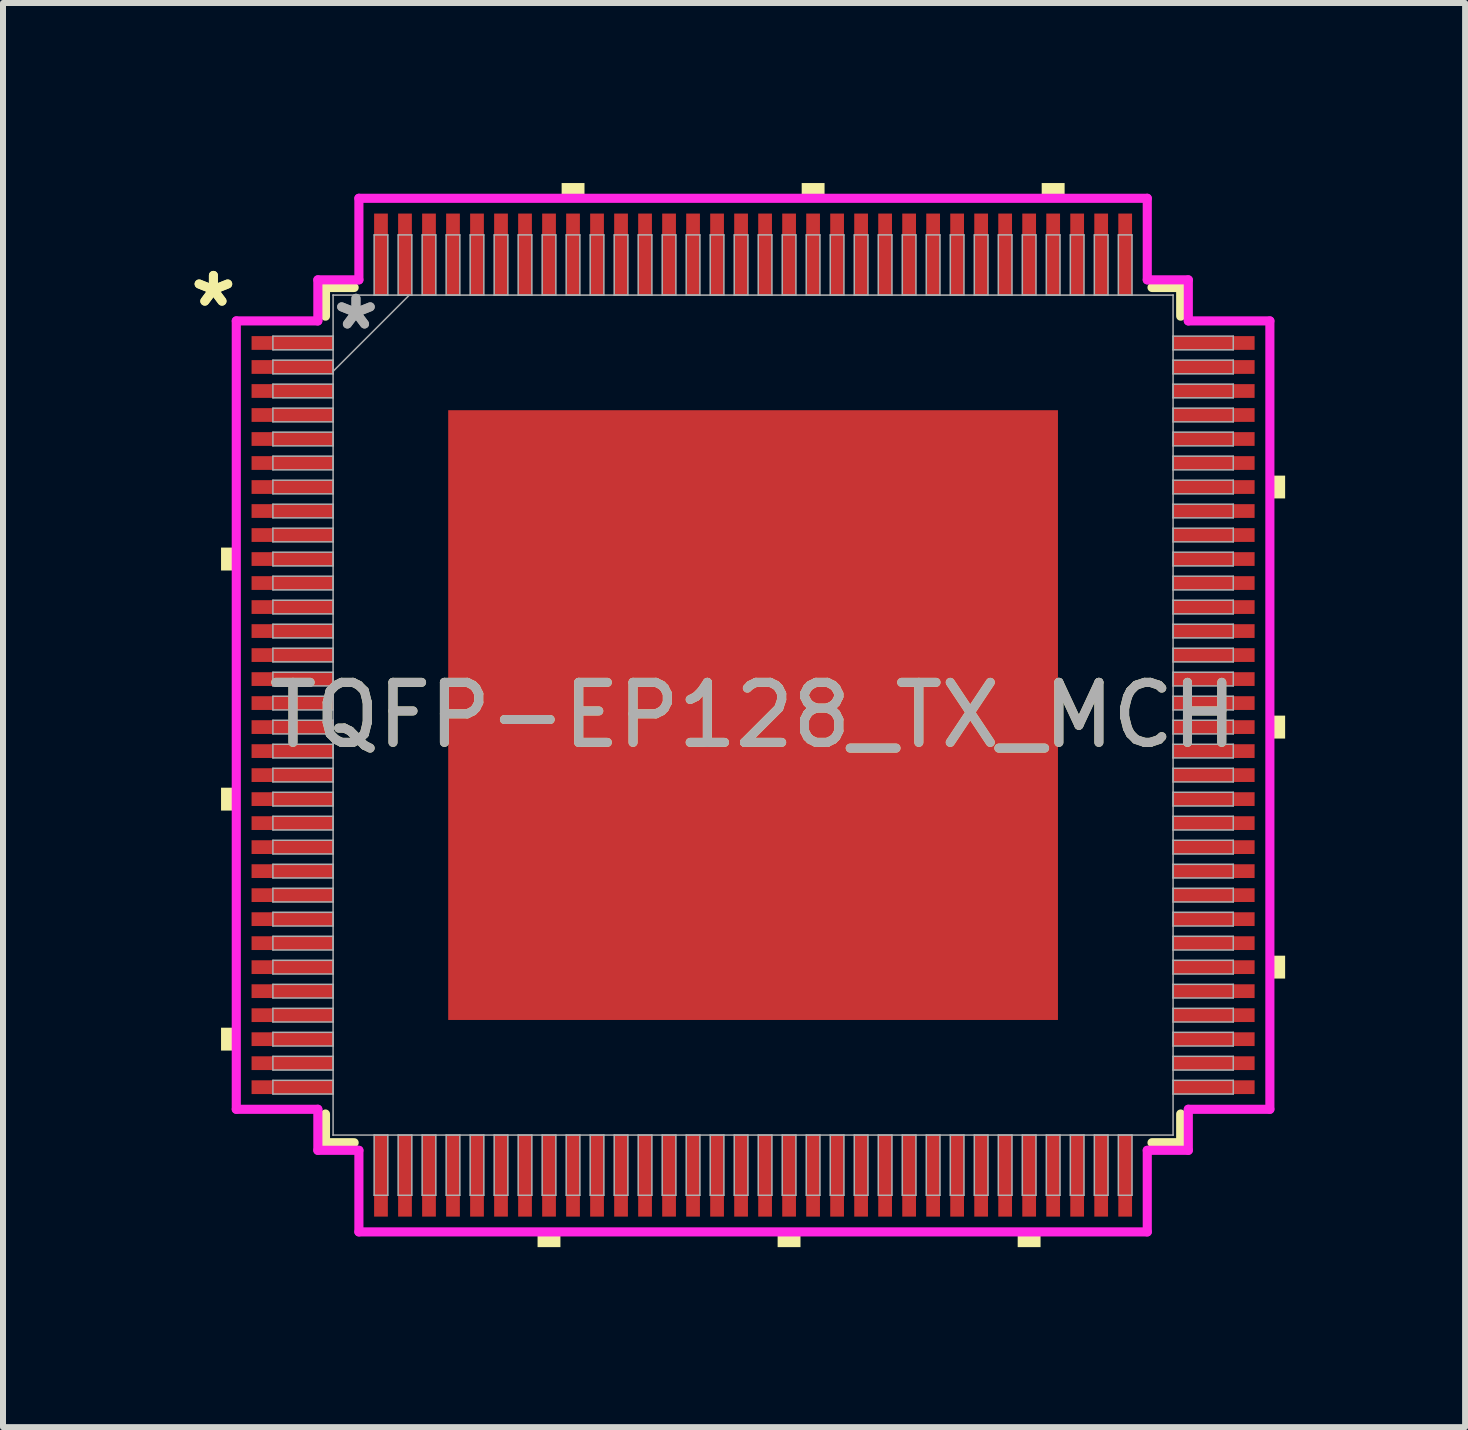
<source format=kicad_pcb>
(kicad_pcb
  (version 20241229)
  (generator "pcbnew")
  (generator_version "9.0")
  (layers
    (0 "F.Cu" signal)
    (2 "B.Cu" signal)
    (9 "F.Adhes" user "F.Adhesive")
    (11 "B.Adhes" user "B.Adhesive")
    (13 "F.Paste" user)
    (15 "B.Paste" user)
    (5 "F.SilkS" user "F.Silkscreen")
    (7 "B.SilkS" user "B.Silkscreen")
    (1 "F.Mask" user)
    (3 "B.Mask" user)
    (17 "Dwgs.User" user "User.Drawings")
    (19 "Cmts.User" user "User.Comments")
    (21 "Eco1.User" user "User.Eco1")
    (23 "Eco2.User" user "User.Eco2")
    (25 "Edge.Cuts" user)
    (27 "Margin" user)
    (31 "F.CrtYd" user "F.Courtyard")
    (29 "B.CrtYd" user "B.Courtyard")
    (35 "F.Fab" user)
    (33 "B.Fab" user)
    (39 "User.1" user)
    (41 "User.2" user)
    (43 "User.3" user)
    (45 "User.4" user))
  (footprint "TQFP-EP128_TX_MCH"
    (layer "F.Cu")
    (at 9.498 8.865)
    (property "Reference" "TQFP-EP128_TX_MCH" (at 0 0 0) (unlocked yes) (layer "F.SilkS") (effects (font (size 1 1) (thickness 0.15))))
    (attr smd)
    (fp_line (start -7.125 -7.125) (end -7.125 -6.647) (stroke (width 0.152) (type solid)) (layer "F.SilkS"))
    (fp_line (start -7.125 6.647) (end -7.125 7.125) (stroke (width 0.152) (type solid)) (layer "F.SilkS"))
    (fp_line (start -7.125 7.125) (end -6.647 7.125) (stroke (width 0.152) (type solid)) (layer "F.SilkS"))
    (fp_line (start -6.647 -7.125) (end -7.125 -7.125) (stroke (width 0.152) (type solid)) (layer "F.SilkS"))
    (fp_line (start 6.647 7.125) (end 7.125 7.125) (stroke (width 0.152) (type solid)) (layer "F.SilkS"))
    (fp_line (start 7.125 -7.125) (end 6.647 -7.125) (stroke (width 0.152) (type solid)) (layer "F.SilkS"))
    (fp_line (start 7.125 -6.647) (end 7.125 -7.125) (stroke (width 0.152) (type solid)) (layer "F.SilkS"))
    (fp_line (start 7.125 7.125) (end 7.125 6.647) (stroke (width 0.152) (type solid)) (layer "F.SilkS"))
    (fp_poly (pts (xy -8.865 -2.791) (xy -8.865 -2.409) (xy -8.611 -2.409) (xy -8.611 -2.791)) (stroke (width 0) (type solid)) (fill yes) (layer "F.SilkS"))
    (fp_poly (pts (xy -8.865 1.21) (xy -8.865 1.591) (xy -8.611 1.591) (xy -8.611 1.21)) (stroke (width 0) (type solid)) (fill yes) (layer "F.SilkS"))
    (fp_poly (pts (xy -8.865 5.209) (xy -8.865 5.59) (xy -8.611 5.59) (xy -8.611 5.209)) (stroke (width 0) (type solid)) (fill yes) (layer "F.SilkS"))
    (fp_poly (pts (xy -3.591 8.611) (xy -3.591 8.865) (xy -3.21 8.865) (xy -3.21 8.611)) (stroke (width 0) (type solid)) (fill yes) (layer "F.SilkS"))
    (fp_poly (pts (xy -3.19 -8.611) (xy -3.19 -8.865) (xy -2.809 -8.865) (xy -2.809 -8.611)) (stroke (width 0) (type solid)) (fill yes) (layer "F.SilkS"))
    (fp_poly (pts (xy 0.409 8.611) (xy 0.409 8.865) (xy 0.79 8.865) (xy 0.79 8.611)) (stroke (width 0) (type solid)) (fill yes) (layer "F.SilkS"))
    (fp_poly (pts (xy 0.81 -8.611) (xy 0.81 -8.865) (xy 1.191 -8.865) (xy 1.191 -8.611)) (stroke (width 0) (type solid)) (fill yes) (layer "F.SilkS"))
    (fp_poly (pts (xy 4.409 8.611) (xy 4.409 8.865) (xy 4.79 8.865) (xy 4.79 8.611)) (stroke (width 0) (type solid)) (fill yes) (layer "F.SilkS"))
    (fp_poly (pts (xy 4.809 -8.611) (xy 4.809 -8.865) (xy 5.191 -8.865) (xy 5.191 -8.611)) (stroke (width 0) (type solid)) (fill yes) (layer "F.SilkS"))
    (fp_poly (pts (xy 8.865 -3.99) (xy 8.865 -3.61) (xy 8.611 -3.61) (xy 8.611 -3.99)) (stroke (width 0) (type solid)) (fill yes) (layer "F.SilkS"))
    (fp_poly (pts (xy 8.865 0.009) (xy 8.865 0.391) (xy 8.611 0.391) (xy 8.611 0.009)) (stroke (width 0) (type solid)) (fill yes) (layer "F.SilkS"))
    (fp_poly (pts (xy 8.865 4.009) (xy 8.865 4.39) (xy 8.611 4.39) (xy 8.611 4.009)) (stroke (width 0) (type solid)) (fill yes) (layer "F.SilkS"))
    (fp_poly (pts (xy -4.98 -4.98) (xy -4.98 -3.91) (xy -3.91 -3.91) (xy -3.91 -4.98)) (stroke (width 0) (type solid)) (fill yes) (layer "F.Paste"))
    (fp_poly (pts (xy -4.98 -3.71) (xy -4.98 -2.64) (xy -3.91 -2.64) (xy -3.91 -3.71)) (stroke (width 0) (type solid)) (fill yes) (layer "F.Paste"))
    (fp_poly (pts (xy -4.98 -2.44) (xy -4.98 -1.37) (xy -3.91 -1.37) (xy -3.91 -2.44)) (stroke (width 0) (type solid)) (fill yes) (layer "F.Paste"))
    (fp_poly (pts (xy -4.98 -1.17) (xy -4.98 -0.1) (xy -3.91 -0.1) (xy -3.91 -1.17)) (stroke (width 0) (type solid)) (fill yes) (layer "F.Paste"))
    (fp_poly (pts (xy -4.98 0.1) (xy -4.98 1.17) (xy -3.91 1.17) (xy -3.91 0.1)) (stroke (width 0) (type solid)) (fill yes) (layer "F.Paste"))
    (fp_poly (pts (xy -4.98 1.37) (xy -4.98 2.44) (xy -3.91 2.44) (xy -3.91 1.37)) (stroke (width 0) (type solid)) (fill yes) (layer "F.Paste"))
    (fp_poly (pts (xy -4.98 2.64) (xy -4.98 3.71) (xy -3.91 3.71) (xy -3.91 2.64)) (stroke (width 0) (type solid)) (fill yes) (layer "F.Paste"))
    (fp_poly (pts (xy -4.98 3.91) (xy -4.98 4.98) (xy -3.91 4.98) (xy -3.91 3.91)) (stroke (width 0) (type solid)) (fill yes) (layer "F.Paste"))
    (fp_poly (pts (xy -3.71 -4.98) (xy -3.71 -3.91) (xy -2.64 -3.91) (xy -2.64 -4.98)) (stroke (width 0) (type solid)) (fill yes) (layer "F.Paste"))
    (fp_poly (pts (xy -3.71 -3.71) (xy -3.71 -2.64) (xy -2.64 -2.64) (xy -2.64 -3.71)) (stroke (width 0) (type solid)) (fill yes) (layer "F.Paste"))
    (fp_poly (pts (xy -3.71 -2.44) (xy -3.71 -1.37) (xy -2.64 -1.37) (xy -2.64 -2.44)) (stroke (width 0) (type solid)) (fill yes) (layer "F.Paste"))
    (fp_poly (pts (xy -3.71 -1.17) (xy -3.71 -0.1) (xy -2.64 -0.1) (xy -2.64 -1.17)) (stroke (width 0) (type solid)) (fill yes) (layer "F.Paste"))
    (fp_poly (pts (xy -3.71 0.1) (xy -3.71 1.17) (xy -2.64 1.17) (xy -2.64 0.1)) (stroke (width 0) (type solid)) (fill yes) (layer "F.Paste"))
    (fp_poly (pts (xy -3.71 1.37) (xy -3.71 2.44) (xy -2.64 2.44) (xy -2.64 1.37)) (stroke (width 0) (type solid)) (fill yes) (layer "F.Paste"))
    (fp_poly (pts (xy -3.71 2.64) (xy -3.71 3.71) (xy -2.64 3.71) (xy -2.64 2.64)) (stroke (width 0) (type solid)) (fill yes) (layer "F.Paste"))
    (fp_poly (pts (xy -3.71 3.91) (xy -3.71 4.98) (xy -2.64 4.98) (xy -2.64 3.91)) (stroke (width 0) (type solid)) (fill yes) (layer "F.Paste"))
    (fp_poly (pts (xy -2.44 -4.98) (xy -2.44 -3.91) (xy -1.37 -3.91) (xy -1.37 -4.98)) (stroke (width 0) (type solid)) (fill yes) (layer "F.Paste"))
    (fp_poly (pts (xy -2.44 -3.71) (xy -2.44 -2.64) (xy -1.37 -2.64) (xy -1.37 -3.71)) (stroke (width 0) (type solid)) (fill yes) (layer "F.Paste"))
    (fp_poly (pts (xy -2.44 -2.44) (xy -2.44 -1.37) (xy -1.37 -1.37) (xy -1.37 -2.44)) (stroke (width 0) (type solid)) (fill yes) (layer "F.Paste"))
    (fp_poly (pts (xy -2.44 -1.17) (xy -2.44 -0.1) (xy -1.37 -0.1) (xy -1.37 -1.17)) (stroke (width 0) (type solid)) (fill yes) (layer "F.Paste"))
    (fp_poly (pts (xy -2.44 0.1) (xy -2.44 1.17) (xy -1.37 1.17) (xy -1.37 0.1)) (stroke (width 0) (type solid)) (fill yes) (layer "F.Paste"))
    (fp_poly (pts (xy -2.44 1.37) (xy -2.44 2.44) (xy -1.37 2.44) (xy -1.37 1.37)) (stroke (width 0) (type solid)) (fill yes) (layer "F.Paste"))
    (fp_poly (pts (xy -2.44 2.64) (xy -2.44 3.71) (xy -1.37 3.71) (xy -1.37 2.64)) (stroke (width 0) (type solid)) (fill yes) (layer "F.Paste"))
    (fp_poly (pts (xy -2.44 3.91) (xy -2.44 4.98) (xy -1.37 4.98) (xy -1.37 3.91)) (stroke (width 0) (type solid)) (fill yes) (layer "F.Paste"))
    (fp_poly (pts (xy -1.17 -4.98) (xy -1.17 -3.91) (xy -0.1 -3.91) (xy -0.1 -4.98)) (stroke (width 0) (type solid)) (fill yes) (layer "F.Paste"))
    (fp_poly (pts (xy -1.17 -3.71) (xy -1.17 -2.64) (xy -0.1 -2.64) (xy -0.1 -3.71)) (stroke (width 0) (type solid)) (fill yes) (layer "F.Paste"))
    (fp_poly (pts (xy -1.17 -2.44) (xy -1.17 -1.37) (xy -0.1 -1.37) (xy -0.1 -2.44)) (stroke (width 0) (type solid)) (fill yes) (layer "F.Paste"))
    (fp_poly (pts (xy -1.17 -1.17) (xy -1.17 -0.1) (xy -0.1 -0.1) (xy -0.1 -1.17)) (stroke (width 0) (type solid)) (fill yes) (layer "F.Paste"))
    (fp_poly (pts (xy -1.17 0.1) (xy -1.17 1.17) (xy -0.1 1.17) (xy -0.1 0.1)) (stroke (width 0) (type solid)) (fill yes) (layer "F.Paste"))
    (fp_poly (pts (xy -1.17 1.37) (xy -1.17 2.44) (xy -0.1 2.44) (xy -0.1 1.37)) (stroke (width 0) (type solid)) (fill yes) (layer "F.Paste"))
    (fp_poly (pts (xy -1.17 2.64) (xy -1.17 3.71) (xy -0.1 3.71) (xy -0.1 2.64)) (stroke (width 0) (type solid)) (fill yes) (layer "F.Paste"))
    (fp_poly (pts (xy -1.17 3.91) (xy -1.17 4.98) (xy -0.1 4.98) (xy -0.1 3.91)) (stroke (width 0) (type solid)) (fill yes) (layer "F.Paste"))
    (fp_poly (pts (xy 0.1 -4.98) (xy 0.1 -3.91) (xy 1.17 -3.91) (xy 1.17 -4.98)) (stroke (width 0) (type solid)) (fill yes) (layer "F.Paste"))
    (fp_poly (pts (xy 0.1 -3.71) (xy 0.1 -2.64) (xy 1.17 -2.64) (xy 1.17 -3.71)) (stroke (width 0) (type solid)) (fill yes) (layer "F.Paste"))
    (fp_poly (pts (xy 0.1 -2.44) (xy 0.1 -1.37) (xy 1.17 -1.37) (xy 1.17 -2.44)) (stroke (width 0) (type solid)) (fill yes) (layer "F.Paste"))
    (fp_poly (pts (xy 0.1 -1.17) (xy 0.1 -0.1) (xy 1.17 -0.1) (xy 1.17 -1.17)) (stroke (width 0) (type solid)) (fill yes) (layer "F.Paste"))
    (fp_poly (pts (xy 0.1 0.1) (xy 0.1 1.17) (xy 1.17 1.17) (xy 1.17 0.1)) (stroke (width 0) (type solid)) (fill yes) (layer "F.Paste"))
    (fp_poly (pts (xy 0.1 1.37) (xy 0.1 2.44) (xy 1.17 2.44) (xy 1.17 1.37)) (stroke (width 0) (type solid)) (fill yes) (layer "F.Paste"))
    (fp_poly (pts (xy 0.1 2.64) (xy 0.1 3.71) (xy 1.17 3.71) (xy 1.17 2.64)) (stroke (width 0) (type solid)) (fill yes) (layer "F.Paste"))
    (fp_poly (pts (xy 0.1 3.91) (xy 0.1 4.98) (xy 1.17 4.98) (xy 1.17 3.91)) (stroke (width 0) (type solid)) (fill yes) (layer "F.Paste"))
    (fp_poly (pts (xy 1.37 -4.98) (xy 1.37 -3.91) (xy 2.44 -3.91) (xy 2.44 -4.98)) (stroke (width 0) (type solid)) (fill yes) (layer "F.Paste"))
    (fp_poly (pts (xy 1.37 -3.71) (xy 1.37 -2.64) (xy 2.44 -2.64) (xy 2.44 -3.71)) (stroke (width 0) (type solid)) (fill yes) (layer "F.Paste"))
    (fp_poly (pts (xy 1.37 -2.44) (xy 1.37 -1.37) (xy 2.44 -1.37) (xy 2.44 -2.44)) (stroke (width 0) (type solid)) (fill yes) (layer "F.Paste"))
    (fp_poly (pts (xy 1.37 -1.17) (xy 1.37 -0.1) (xy 2.44 -0.1) (xy 2.44 -1.17)) (stroke (width 0) (type solid)) (fill yes) (layer "F.Paste"))
    (fp_poly (pts (xy 1.37 0.1) (xy 1.37 1.17) (xy 2.44 1.17) (xy 2.44 0.1)) (stroke (width 0) (type solid)) (fill yes) (layer "F.Paste"))
    (fp_poly (pts (xy 1.37 1.37) (xy 1.37 2.44) (xy 2.44 2.44) (xy 2.44 1.37)) (stroke (width 0) (type solid)) (fill yes) (layer "F.Paste"))
    (fp_poly (pts (xy 1.37 2.64) (xy 1.37 3.71) (xy 2.44 3.71) (xy 2.44 2.64)) (stroke (width 0) (type solid)) (fill yes) (layer "F.Paste"))
    (fp_poly (pts (xy 1.37 3.91) (xy 1.37 4.98) (xy 2.44 4.98) (xy 2.44 3.91)) (stroke (width 0) (type solid)) (fill yes) (layer "F.Paste"))
    (fp_poly (pts (xy 2.64 -4.98) (xy 2.64 -3.91) (xy 3.71 -3.91) (xy 3.71 -4.98)) (stroke (width 0) (type solid)) (fill yes) (layer "F.Paste"))
    (fp_poly (pts (xy 2.64 -3.71) (xy 2.64 -2.64) (xy 3.71 -2.64) (xy 3.71 -3.71)) (stroke (width 0) (type solid)) (fill yes) (layer "F.Paste"))
    (fp_poly (pts (xy 2.64 -2.44) (xy 2.64 -1.37) (xy 3.71 -1.37) (xy 3.71 -2.44)) (stroke (width 0) (type solid)) (fill yes) (layer "F.Paste"))
    (fp_poly (pts (xy 2.64 -1.17) (xy 2.64 -0.1) (xy 3.71 -0.1) (xy 3.71 -1.17)) (stroke (width 0) (type solid)) (fill yes) (layer "F.Paste"))
    (fp_poly (pts (xy 2.64 0.1) (xy 2.64 1.17) (xy 3.71 1.17) (xy 3.71 0.1)) (stroke (width 0) (type solid)) (fill yes) (layer "F.Paste"))
    (fp_poly (pts (xy 2.64 1.37) (xy 2.64 2.44) (xy 3.71 2.44) (xy 3.71 1.37)) (stroke (width 0) (type solid)) (fill yes) (layer "F.Paste"))
    (fp_poly (pts (xy 2.64 2.64) (xy 2.64 3.71) (xy 3.71 3.71) (xy 3.71 2.64)) (stroke (width 0) (type solid)) (fill yes) (layer "F.Paste"))
    (fp_poly (pts (xy 2.64 3.91) (xy 2.64 4.98) (xy 3.71 4.98) (xy 3.71 3.91)) (stroke (width 0) (type solid)) (fill yes) (layer "F.Paste"))
    (fp_poly (pts (xy 3.91 -4.98) (xy 3.91 -3.91) (xy 4.98 -3.91) (xy 4.98 -4.98)) (stroke (width 0) (type solid)) (fill yes) (layer "F.Paste"))
    (fp_poly (pts (xy 3.91 -3.71) (xy 3.91 -2.64) (xy 4.98 -2.64) (xy 4.98 -3.71)) (stroke (width 0) (type solid)) (fill yes) (layer "F.Paste"))
    (fp_poly (pts (xy 3.91 -2.44) (xy 3.91 -1.37) (xy 4.98 -1.37) (xy 4.98 -2.44)) (stroke (width 0) (type solid)) (fill yes) (layer "F.Paste"))
    (fp_poly (pts (xy 3.91 -1.17) (xy 3.91 -0.1) (xy 4.98 -0.1) (xy 4.98 -1.17)) (stroke (width 0) (type solid)) (fill yes) (layer "F.Paste"))
    (fp_poly (pts (xy 3.91 0.1) (xy 3.91 1.17) (xy 4.98 1.17) (xy 4.98 0.1)) (stroke (width 0) (type solid)) (fill yes) (layer "F.Paste"))
    (fp_poly (pts (xy 3.91 1.37) (xy 3.91 2.44) (xy 4.98 2.44) (xy 4.98 1.37)) (stroke (width 0) (type solid)) (fill yes) (layer "F.Paste"))
    (fp_poly (pts (xy 3.91 2.64) (xy 3.91 3.71) (xy 4.98 3.71) (xy 4.98 2.64)) (stroke (width 0) (type solid)) (fill yes) (layer "F.Paste"))
    (fp_poly (pts (xy 3.91 3.91) (xy 3.91 4.98) (xy 4.98 4.98) (xy 4.98 3.91)) (stroke (width 0) (type solid)) (fill yes) (layer "F.Paste"))
    (fp_line (start -8.611 -6.568) (end -7.252 -6.568) (stroke (width 0.152) (type solid)) (layer "F.CrtYd"))
    (fp_line (start -8.611 6.568) (end -8.611 -6.568) (stroke (width 0.152) (type solid)) (layer "F.CrtYd"))
    (fp_line (start -7.252 -7.252) (end -6.568 -7.252) (stroke (width 0.152) (type solid)) (layer "F.CrtYd"))
    (fp_line (start -7.252 -6.568) (end -7.252 -7.252) (stroke (width 0.152) (type solid)) (layer "F.CrtYd"))
    (fp_line (start -7.252 6.568) (end -8.611 6.568) (stroke (width 0.152) (type solid)) (layer "F.CrtYd"))
    (fp_line (start -7.252 7.252) (end -7.252 6.568) (stroke (width 0.152) (type solid)) (layer "F.CrtYd"))
    (fp_line (start -7.252 7.252) (end -6.568 7.252) (stroke (width 0.152) (type solid)) (layer "F.CrtYd"))
    (fp_line (start -6.568 -8.611) (end 6.568 -8.611) (stroke (width 0.152) (type solid)) (layer "F.CrtYd"))
    (fp_line (start -6.568 -7.252) (end -6.568 -8.611) (stroke (width 0.152) (type solid)) (layer "F.CrtYd"))
    (fp_line (start -6.568 7.252) (end -6.568 8.611) (stroke (width 0.152) (type solid)) (layer "F.CrtYd"))
    (fp_line (start -6.568 8.611) (end 6.568 8.611) (stroke (width 0.152) (type solid)) (layer "F.CrtYd"))
    (fp_line (start 6.568 -8.611) (end 6.568 -7.252) (stroke (width 0.152) (type solid)) (layer "F.CrtYd"))
    (fp_line (start 6.568 -7.252) (end 7.252 -7.252) (stroke (width 0.152) (type solid)) (layer "F.CrtYd"))
    (fp_line (start 6.568 7.252) (end 7.252 7.252) (stroke (width 0.152) (type solid)) (layer "F.CrtYd"))
    (fp_line (start 6.568 8.611) (end 6.568 7.252) (stroke (width 0.152) (type solid)) (layer "F.CrtYd"))
    (fp_line (start 7.252 -6.568) (end 7.252 -7.252) (stroke (width 0.152) (type solid)) (layer "F.CrtYd"))
    (fp_line (start 7.252 6.568) (end 8.611 6.568) (stroke (width 0.152) (type solid)) (layer "F.CrtYd"))
    (fp_line (start 7.252 7.252) (end 7.252 6.568) (stroke (width 0.152) (type solid)) (layer "F.CrtYd"))
    (fp_line (start 8.611 -6.568) (end 7.252 -6.568) (stroke (width 0.152) (type solid)) (layer "F.CrtYd"))
    (fp_line (start 8.611 6.568) (end 8.611 -6.568) (stroke (width 0.152) (type solid)) (layer "F.CrtYd"))
    (fp_line (start -8.001 -6.314) (end -8.001 -6.086) (stroke (width 0.025) (type solid)) (layer "F.Fab"))
    (fp_line (start -8.001 -6.086) (end -6.998 -6.086) (stroke (width 0.025) (type solid)) (layer "F.Fab"))
    (fp_line (start -8.001 -5.914) (end -8.001 -5.686) (stroke (width 0.025) (type solid)) (layer "F.Fab"))
    (fp_line (start -8.001 -5.686) (end -6.998 -5.686) (stroke (width 0.025) (type solid)) (layer "F.Fab"))
    (fp_line (start -8.001 -5.514) (end -8.001 -5.286) (stroke (width 0.025) (type solid)) (layer "F.Fab"))
    (fp_line (start -8.001 -5.286) (end -6.998 -5.286) (stroke (width 0.025) (type solid)) (layer "F.Fab"))
    (fp_line (start -8.001 -5.114) (end -8.001 -4.886) (stroke (width 0.025) (type solid)) (layer "F.Fab"))
    (fp_line (start -8.001 -4.886) (end -6.998 -4.886) (stroke (width 0.025) (type solid)) (layer "F.Fab"))
    (fp_line (start -8.001 -4.714) (end -8.001 -4.486) (stroke (width 0.025) (type solid)) (layer "F.Fab"))
    (fp_line (start -8.001 -4.486) (end -6.998 -4.486) (stroke (width 0.025) (type solid)) (layer "F.Fab"))
    (fp_line (start -8.001 -4.314) (end -8.001 -4.086) (stroke (width 0.025) (type solid)) (layer "F.Fab"))
    (fp_line (start -8.001 -4.086) (end -6.998 -4.086) (stroke (width 0.025) (type solid)) (layer "F.Fab"))
    (fp_line (start -8.001 -3.914) (end -8.001 -3.686) (stroke (width 0.025) (type solid)) (layer "F.Fab"))
    (fp_line (start -8.001 -3.686) (end -6.998 -3.686) (stroke (width 0.025) (type solid)) (layer "F.Fab"))
    (fp_line (start -8.001 -3.514) (end -8.001 -3.286) (stroke (width 0.025) (type solid)) (layer "F.Fab"))
    (fp_line (start -8.001 -3.286) (end -6.998 -3.286) (stroke (width 0.025) (type solid)) (layer "F.Fab"))
    (fp_line (start -8.001 -3.114) (end -8.001 -2.886) (stroke (width 0.025) (type solid)) (layer "F.Fab"))
    (fp_line (start -8.001 -2.886) (end -6.998 -2.886) (stroke (width 0.025) (type solid)) (layer "F.Fab"))
    (fp_line (start -8.001 -2.714) (end -8.001 -2.486) (stroke (width 0.025) (type solid)) (layer "F.Fab"))
    (fp_line (start -8.001 -2.486) (end -6.998 -2.486) (stroke (width 0.025) (type solid)) (layer "F.Fab"))
    (fp_line (start -8.001 -2.314) (end -8.001 -2.086) (stroke (width 0.025) (type solid)) (layer "F.Fab"))
    (fp_line (start -8.001 -2.086) (end -6.998 -2.086) (stroke (width 0.025) (type solid)) (layer "F.Fab"))
    (fp_line (start -8.001 -1.914) (end -8.001 -1.686) (stroke (width 0.025) (type solid)) (layer "F.Fab"))
    (fp_line (start -8.001 -1.686) (end -6.998 -1.686) (stroke (width 0.025) (type solid)) (layer "F.Fab"))
    (fp_line (start -8.001 -1.514) (end -8.001 -1.286) (stroke (width 0.025) (type solid)) (layer "F.Fab"))
    (fp_line (start -8.001 -1.286) (end -6.998 -1.286) (stroke (width 0.025) (type solid)) (layer "F.Fab"))
    (fp_line (start -8.001 -1.114) (end -8.001 -0.886) (stroke (width 0.025) (type solid)) (layer "F.Fab"))
    (fp_line (start -8.001 -0.886) (end -6.998 -0.886) (stroke (width 0.025) (type solid)) (layer "F.Fab"))
    (fp_line (start -8.001 -0.714) (end -8.001 -0.486) (stroke (width 0.025) (type solid)) (layer "F.Fab"))
    (fp_line (start -8.001 -0.486) (end -6.998 -0.486) (stroke (width 0.025) (type solid)) (layer "F.Fab"))
    (fp_line (start -8.001 -0.314) (end -8.001 -0.086) (stroke (width 0.025) (type solid)) (layer "F.Fab"))
    (fp_line (start -8.001 -0.086) (end -6.998 -0.086) (stroke (width 0.025) (type solid)) (layer "F.Fab"))
    (fp_line (start -8.001 0.086) (end -8.001 0.314) (stroke (width 0.025) (type solid)) (layer "F.Fab"))
    (fp_line (start -8.001 0.314) (end -6.998 0.314) (stroke (width 0.025) (type solid)) (layer "F.Fab"))
    (fp_line (start -8.001 0.486) (end -8.001 0.714) (stroke (width 0.025) (type solid)) (layer "F.Fab"))
    (fp_line (start -8.001 0.714) (end -6.998 0.714) (stroke (width 0.025) (type solid)) (layer "F.Fab"))
    (fp_line (start -8.001 0.886) (end -8.001 1.114) (stroke (width 0.025) (type solid)) (layer "F.Fab"))
    (fp_line (start -8.001 1.114) (end -6.998 1.114) (stroke (width 0.025) (type solid)) (layer "F.Fab"))
    (fp_line (start -8.001 1.286) (end -8.001 1.514) (stroke (width 0.025) (type solid)) (layer "F.Fab"))
    (fp_line (start -8.001 1.514) (end -6.998 1.514) (stroke (width 0.025) (type solid)) (layer "F.Fab"))
    (fp_line (start -8.001 1.686) (end -8.001 1.914) (stroke (width 0.025) (type solid)) (layer "F.Fab"))
    (fp_line (start -8.001 1.914) (end -6.998 1.914) (stroke (width 0.025) (type solid)) (layer "F.Fab"))
    (fp_line (start -8.001 2.086) (end -8.001 2.314) (stroke (width 0.025) (type solid)) (layer "F.Fab"))
    (fp_line (start -8.001 2.314) (end -6.998 2.314) (stroke (width 0.025) (type solid)) (layer "F.Fab"))
    (fp_line (start -8.001 2.486) (end -8.001 2.714) (stroke (width 0.025) (type solid)) (layer "F.Fab"))
    (fp_line (start -8.001 2.714) (end -6.998 2.714) (stroke (width 0.025) (type solid)) (layer "F.Fab"))
    (fp_line (start -8.001 2.886) (end -8.001 3.114) (stroke (width 0.025) (type solid)) (layer "F.Fab"))
    (fp_line (start -8.001 3.114) (end -6.998 3.114) (stroke (width 0.025) (type solid)) (layer "F.Fab"))
    (fp_line (start -8.001 3.286) (end -8.001 3.514) (stroke (width 0.025) (type solid)) (layer "F.Fab"))
    (fp_line (start -8.001 3.514) (end -6.998 3.514) (stroke (width 0.025) (type solid)) (layer "F.Fab"))
    (fp_line (start -8.001 3.686) (end -8.001 3.914) (stroke (width 0.025) (type solid)) (layer "F.Fab"))
    (fp_line (start -8.001 3.914) (end -6.998 3.914) (stroke (width 0.025) (type solid)) (layer "F.Fab"))
    (fp_line (start -8.001 4.086) (end -8.001 4.314) (stroke (width 0.025) (type solid)) (layer "F.Fab"))
    (fp_line (start -8.001 4.314) (end -6.998 4.314) (stroke (width 0.025) (type solid)) (layer "F.Fab"))
    (fp_line (start -8.001 4.486) (end -8.001 4.714) (stroke (width 0.025) (type solid)) (layer "F.Fab"))
    (fp_line (start -8.001 4.714) (end -6.998 4.714) (stroke (width 0.025) (type solid)) (layer "F.Fab"))
    (fp_line (start -8.001 4.886) (end -8.001 5.114) (stroke (width 0.025) (type solid)) (layer "F.Fab"))
    (fp_line (start -8.001 5.114) (end -6.998 5.114) (stroke (width 0.025) (type solid)) (layer "F.Fab"))
    (fp_line (start -8.001 5.286) (end -8.001 5.514) (stroke (width 0.025) (type solid)) (layer "F.Fab"))
    (fp_line (start -8.001 5.514) (end -6.998 5.514) (stroke (width 0.025) (type solid)) (layer "F.Fab"))
    (fp_line (start -8.001 5.686) (end -8.001 5.914) (stroke (width 0.025) (type solid)) (layer "F.Fab"))
    (fp_line (start -8.001 5.914) (end -6.998 5.914) (stroke (width 0.025) (type solid)) (layer "F.Fab"))
    (fp_line (start -8.001 6.086) (end -8.001 6.314) (stroke (width 0.025) (type solid)) (layer "F.Fab"))
    (fp_line (start -8.001 6.314) (end -6.998 6.314) (stroke (width 0.025) (type solid)) (layer "F.Fab"))
    (fp_line (start -6.998 -6.998) (end -6.998 -6.998) (stroke (width 0.025) (type solid)) (layer "F.Fab"))
    (fp_line (start -6.998 -6.998) (end -6.998 6.998) (stroke (width 0.025) (type solid)) (layer "F.Fab"))
    (fp_line (start -6.998 -6.314) (end -8.001 -6.314) (stroke (width 0.025) (type solid)) (layer "F.Fab"))
    (fp_line (start -6.998 -6.086) (end -6.998 -6.314) (stroke (width 0.025) (type solid)) (layer "F.Fab"))
    (fp_line (start -6.998 -5.914) (end -8.001 -5.914) (stroke (width 0.025) (type solid)) (layer "F.Fab"))
    (fp_line (start -6.998 -5.728) (end -5.728 -6.998) (stroke (width 0.025) (type solid)) (layer "F.Fab"))
    (fp_line (start -6.998 -5.686) (end -6.998 -5.914) (stroke (width 0.025) (type solid)) (layer "F.Fab"))
    (fp_line (start -6.998 -5.514) (end -8.001 -5.514) (stroke (width 0.025) (type solid)) (layer "F.Fab"))
    (fp_line (start -6.998 -5.286) (end -6.998 -5.514) (stroke (width 0.025) (type solid)) (layer "F.Fab"))
    (fp_line (start -6.998 -5.114) (end -8.001 -5.114) (stroke (width 0.025) (type solid)) (layer "F.Fab"))
    (fp_line (start -6.998 -4.886) (end -6.998 -5.114) (stroke (width 0.025) (type solid)) (layer "F.Fab"))
    (fp_line (start -6.998 -4.714) (end -8.001 -4.714) (stroke (width 0.025) (type solid)) (layer "F.Fab"))
    (fp_line (start -6.998 -4.486) (end -6.998 -4.714) (stroke (width 0.025) (type solid)) (layer "F.Fab"))
    (fp_line (start -6.998 -4.314) (end -8.001 -4.314) (stroke (width 0.025) (type solid)) (layer "F.Fab"))
    (fp_line (start -6.998 -4.086) (end -6.998 -4.314) (stroke (width 0.025) (type solid)) (layer "F.Fab"))
    (fp_line (start -6.998 -3.914) (end -8.001 -3.914) (stroke (width 0.025) (type solid)) (layer "F.Fab"))
    (fp_line (start -6.998 -3.686) (end -6.998 -3.914) (stroke (width 0.025) (type solid)) (layer "F.Fab"))
    (fp_line (start -6.998 -3.514) (end -8.001 -3.514) (stroke (width 0.025) (type solid)) (layer "F.Fab"))
    (fp_line (start -6.998 -3.286) (end -6.998 -3.514) (stroke (width 0.025) (type solid)) (layer "F.Fab"))
    (fp_line (start -6.998 -3.114) (end -8.001 -3.114) (stroke (width 0.025) (type solid)) (layer "F.Fab"))
    (fp_line (start -6.998 -2.886) (end -6.998 -3.114) (stroke (width 0.025) (type solid)) (layer "F.Fab"))
    (fp_line (start -6.998 -2.714) (end -8.001 -2.714) (stroke (width 0.025) (type solid)) (layer "F.Fab"))
    (fp_line (start -6.998 -2.486) (end -6.998 -2.714) (stroke (width 0.025) (type solid)) (layer "F.Fab"))
    (fp_line (start -6.998 -2.314) (end -8.001 -2.314) (stroke (width 0.025) (type solid)) (layer "F.Fab"))
    (fp_line (start -6.998 -2.086) (end -6.998 -2.314) (stroke (width 0.025) (type solid)) (layer "F.Fab"))
    (fp_line (start -6.998 -1.914) (end -8.001 -1.914) (stroke (width 0.025) (type solid)) (layer "F.Fab"))
    (fp_line (start -6.998 -1.686) (end -6.998 -1.914) (stroke (width 0.025) (type solid)) (layer "F.Fab"))
    (fp_line (start -6.998 -1.514) (end -8.001 -1.514) (stroke (width 0.025) (type solid)) (layer "F.Fab"))
    (fp_line (start -6.998 -1.286) (end -6.998 -1.514) (stroke (width 0.025) (type solid)) (layer "F.Fab"))
    (fp_line (start -6.998 -1.114) (end -8.001 -1.114) (stroke (width 0.025) (type solid)) (layer "F.Fab"))
    (fp_line (start -6.998 -0.886) (end -6.998 -1.114) (stroke (width 0.025) (type solid)) (layer "F.Fab"))
    (fp_line (start -6.998 -0.714) (end -8.001 -0.714) (stroke (width 0.025) (type solid)) (layer "F.Fab"))
    (fp_line (start -6.998 -0.486) (end -6.998 -0.714) (stroke (width 0.025) (type solid)) (layer "F.Fab"))
    (fp_line (start -6.998 -0.314) (end -8.001 -0.314) (stroke (width 0.025) (type solid)) (layer "F.Fab"))
    (fp_line (start -6.998 -0.086) (end -6.998 -0.314) (stroke (width 0.025) (type solid)) (layer "F.Fab"))
    (fp_line (start -6.998 0.086) (end -8.001 0.086) (stroke (width 0.025) (type solid)) (layer "F.Fab"))
    (fp_line (start -6.998 0.314) (end -6.998 0.086) (stroke (width 0.025) (type solid)) (layer "F.Fab"))
    (fp_line (start -6.998 0.486) (end -8.001 0.486) (stroke (width 0.025) (type solid)) (layer "F.Fab"))
    (fp_line (start -6.998 0.714) (end -6.998 0.486) (stroke (width 0.025) (type solid)) (layer "F.Fab"))
    (fp_line (start -6.998 0.886) (end -8.001 0.886) (stroke (width 0.025) (type solid)) (layer "F.Fab"))
    (fp_line (start -6.998 1.114) (end -6.998 0.886) (stroke (width 0.025) (type solid)) (layer "F.Fab"))
    (fp_line (start -6.998 1.286) (end -8.001 1.286) (stroke (width 0.025) (type solid)) (layer "F.Fab"))
    (fp_line (start -6.998 1.514) (end -6.998 1.286) (stroke (width 0.025) (type solid)) (layer "F.Fab"))
    (fp_line (start -6.998 1.686) (end -8.001 1.686) (stroke (width 0.025) (type solid)) (layer "F.Fab"))
    (fp_line (start -6.998 1.914) (end -6.998 1.686) (stroke (width 0.025) (type solid)) (layer "F.Fab"))
    (fp_line (start -6.998 2.086) (end -8.001 2.086) (stroke (width 0.025) (type solid)) (layer "F.Fab"))
    (fp_line (start -6.998 2.314) (end -6.998 2.086) (stroke (width 0.025) (type solid)) (layer "F.Fab"))
    (fp_line (start -6.998 2.486) (end -8.001 2.486) (stroke (width 0.025) (type solid)) (layer "F.Fab"))
    (fp_line (start -6.998 2.714) (end -6.998 2.486) (stroke (width 0.025) (type solid)) (layer "F.Fab"))
    (fp_line (start -6.998 2.886) (end -8.001 2.886) (stroke (width 0.025) (type solid)) (layer "F.Fab"))
    (fp_line (start -6.998 3.114) (end -6.998 2.886) (stroke (width 0.025) (type solid)) (layer "F.Fab"))
    (fp_line (start -6.998 3.286) (end -8.001 3.286) (stroke (width 0.025) (type solid)) (layer "F.Fab"))
    (fp_line (start -6.998 3.514) (end -6.998 3.286) (stroke (width 0.025) (type solid)) (layer "F.Fab"))
    (fp_line (start -6.998 3.686) (end -8.001 3.686) (stroke (width 0.025) (type solid)) (layer "F.Fab"))
    (fp_line (start -6.998 3.914) (end -6.998 3.686) (stroke (width 0.025) (type solid)) (layer "F.Fab"))
    (fp_line (start -6.998 4.086) (end -8.001 4.086) (stroke (width 0.025) (type solid)) (layer "F.Fab"))
    (fp_line (start -6.998 4.314) (end -6.998 4.086) (stroke (width 0.025) (type solid)) (layer "F.Fab"))
    (fp_line (start -6.998 4.486) (end -8.001 4.486) (stroke (width 0.025) (type solid)) (layer "F.Fab"))
    (fp_line (start -6.998 4.714) (end -6.998 4.486) (stroke (width 0.025) (type solid)) (layer "F.Fab"))
    (fp_line (start -6.998 4.886) (end -8.001 4.886) (stroke (width 0.025) (type solid)) (layer "F.Fab"))
    (fp_line (start -6.998 5.114) (end -6.998 4.886) (stroke (width 0.025) (type solid)) (layer "F.Fab"))
    (fp_line (start -6.998 5.286) (end -8.001 5.286) (stroke (width 0.025) (type solid)) (layer "F.Fab"))
    (fp_line (start -6.998 5.514) (end -6.998 5.286) (stroke (width 0.025) (type solid)) (layer "F.Fab"))
    (fp_line (start -6.998 5.686) (end -8.001 5.686) (stroke (width 0.025) (type solid)) (layer "F.Fab"))
    (fp_line (start -6.998 5.914) (end -6.998 5.686) (stroke (width 0.025) (type solid)) (layer "F.Fab"))
    (fp_line (start -6.998 6.086) (end -8.001 6.086) (stroke (width 0.025) (type solid)) (layer "F.Fab"))
    (fp_line (start -6.998 6.314) (end -6.998 6.086) (stroke (width 0.025) (type solid)) (layer "F.Fab"))
    (fp_line (start -6.998 6.998) (end -6.998 6.998) (stroke (width 0.025) (type solid)) (layer "F.Fab"))
    (fp_line (start -6.998 6.998) (end 6.998 6.998) (stroke (width 0.025) (type solid)) (layer "F.Fab"))
    (fp_line (start -6.314 -8.001) (end -6.314 -6.998) (stroke (width 0.025) (type solid)) (layer "F.Fab"))
    (fp_line (start -6.314 -6.998) (end -6.086 -6.998) (stroke (width 0.025) (type solid)) (layer "F.Fab"))
    (fp_line (start -6.314 6.998) (end -6.314 8.001) (stroke (width 0.025) (type solid)) (layer "F.Fab"))
    (fp_line (start -6.314 8.001) (end -6.086 8.001) (stroke (width 0.025) (type solid)) (layer "F.Fab"))
    (fp_line (start -6.086 -8.001) (end -6.314 -8.001) (stroke (width 0.025) (type solid)) (layer "F.Fab"))
    (fp_line (start -6.086 -6.998) (end -6.086 -8.001) (stroke (width 0.025) (type solid)) (layer "F.Fab"))
    (fp_line (start -6.086 6.998) (end -6.314 6.998) (stroke (width 0.025) (type solid)) (layer "F.Fab"))
    (fp_line (start -6.086 8.001) (end -6.086 6.998) (stroke (width 0.025) (type solid)) (layer "F.Fab"))
    (fp_line (start -5.914 6.998) (end -5.914 8.001) (stroke (width 0.025) (type solid)) (layer "F.Fab"))
    (fp_line (start -5.914 8.001) (end -5.686 8.001) (stroke (width 0.025) (type solid)) (layer "F.Fab"))
    (fp_line (start -5.914 -8.001) (end -5.914 -6.998) (stroke (width 0.025) (type solid)) (layer "F.Fab"))
    (fp_line (start -5.914 -6.998) (end -5.686 -6.998) (stroke (width 0.025) (type solid)) (layer "F.Fab"))
    (fp_line (start -5.686 6.998) (end -5.914 6.998) (stroke (width 0.025) (type solid)) (layer "F.Fab"))
    (fp_line (start -5.686 8.001) (end -5.686 6.998) (stroke (width 0.025) (type solid)) (layer "F.Fab"))
    (fp_line (start -5.686 -8.001) (end -5.914 -8.001) (stroke (width 0.025) (type solid)) (layer "F.Fab"))
    (fp_line (start -5.686 -6.998) (end -5.686 -8.001) (stroke (width 0.025) (type solid)) (layer "F.Fab"))
    (fp_line (start -5.514 6.998) (end -5.514 8.001) (stroke (width 0.025) (type solid)) (layer "F.Fab"))
    (fp_line (start -5.514 8.001) (end -5.286 8.001) (stroke (width 0.025) (type solid)) (layer "F.Fab"))
    (fp_line (start -5.514 -8.001) (end -5.514 -6.998) (stroke (width 0.025) (type solid)) (layer "F.Fab"))
    (fp_line (start -5.514 -6.998) (end -5.286 -6.998) (stroke (width 0.025) (type solid)) (layer "F.Fab"))
    (fp_line (start -5.286 6.998) (end -5.514 6.998) (stroke (width 0.025) (type solid)) (layer "F.Fab"))
    (fp_line (start -5.286 8.001) (end -5.286 6.998) (stroke (width 0.025) (type solid)) (layer "F.Fab"))
    (fp_line (start -5.286 -8.001) (end -5.514 -8.001) (stroke (width 0.025) (type solid)) (layer "F.Fab"))
    (fp_line (start -5.286 -6.998) (end -5.286 -8.001) (stroke (width 0.025) (type solid)) (layer "F.Fab"))
    (fp_line (start -5.114 6.998) (end -5.114 8.001) (stroke (width 0.025) (type solid)) (layer "F.Fab"))
    (fp_line (start -5.114 8.001) (end -4.886 8.001) (stroke (width 0.025) (type solid)) (layer "F.Fab"))
    (fp_line (start -5.114 -8.001) (end -5.114 -6.998) (stroke (width 0.025) (type solid)) (layer "F.Fab"))
    (fp_line (start -5.114 -6.998) (end -4.886 -6.998) (stroke (width 0.025) (type solid)) (layer "F.Fab"))
    (fp_line (start -4.886 6.998) (end -5.114 6.998) (stroke (width 0.025) (type solid)) (layer "F.Fab"))
    (fp_line (start -4.886 8.001) (end -4.886 6.998) (stroke (width 0.025) (type solid)) (layer "F.Fab"))
    (fp_line (start -4.886 -8.001) (end -5.114 -8.001) (stroke (width 0.025) (type solid)) (layer "F.Fab"))
    (fp_line (start -4.886 -6.998) (end -4.886 -8.001) (stroke (width 0.025) (type solid)) (layer "F.Fab"))
    (fp_line (start -4.714 6.998) (end -4.714 8.001) (stroke (width 0.025) (type solid)) (layer "F.Fab"))
    (fp_line (start -4.714 8.001) (end -4.486 8.001) (stroke (width 0.025) (type solid)) (layer "F.Fab"))
    (fp_line (start -4.714 -8.001) (end -4.714 -6.998) (stroke (width 0.025) (type solid)) (layer "F.Fab"))
    (fp_line (start -4.714 -6.998) (end -4.486 -6.998) (stroke (width 0.025) (type solid)) (layer "F.Fab"))
    (fp_line (start -4.486 6.998) (end -4.714 6.998) (stroke (width 0.025) (type solid)) (layer "F.Fab"))
    (fp_line (start -4.486 8.001) (end -4.486 6.998) (stroke (width 0.025) (type solid)) (layer "F.Fab"))
    (fp_line (start -4.486 -8.001) (end -4.714 -8.001) (stroke (width 0.025) (type solid)) (layer "F.Fab"))
    (fp_line (start -4.486 -6.998) (end -4.486 -8.001) (stroke (width 0.025) (type solid)) (layer "F.Fab"))
    (fp_line (start -4.314 6.998) (end -4.314 8.001) (stroke (width 0.025) (type solid)) (layer "F.Fab"))
    (fp_line (start -4.314 8.001) (end -4.086 8.001) (stroke (width 0.025) (type solid)) (layer "F.Fab"))
    (fp_line (start -4.314 -8.001) (end -4.314 -6.998) (stroke (width 0.025) (type solid)) (layer "F.Fab"))
    (fp_line (start -4.314 -6.998) (end -4.086 -6.998) (stroke (width 0.025) (type solid)) (layer "F.Fab"))
    (fp_line (start -4.086 6.998) (end -4.314 6.998) (stroke (width 0.025) (type solid)) (layer "F.Fab"))
    (fp_line (start -4.086 8.001) (end -4.086 6.998) (stroke (width 0.025) (type solid)) (layer "F.Fab"))
    (fp_line (start -4.086 -8.001) (end -4.314 -8.001) (stroke (width 0.025) (type solid)) (layer "F.Fab"))
    (fp_line (start -4.086 -6.998) (end -4.086 -8.001) (stroke (width 0.025) (type solid)) (layer "F.Fab"))
    (fp_line (start -3.914 6.998) (end -3.914 8.001) (stroke (width 0.025) (type solid)) (layer "F.Fab"))
    (fp_line (start -3.914 8.001) (end -3.686 8.001) (stroke (width 0.025) (type solid)) (layer "F.Fab"))
    (fp_line (start -3.914 -8.001) (end -3.914 -6.998) (stroke (width 0.025) (type solid)) (layer "F.Fab"))
    (fp_line (start -3.914 -6.998) (end -3.686 -6.998) (stroke (width 0.025) (type solid)) (layer "F.Fab"))
    (fp_line (start -3.686 6.998) (end -3.914 6.998) (stroke (width 0.025) (type solid)) (layer "F.Fab"))
    (fp_line (start -3.686 8.001) (end -3.686 6.998) (stroke (width 0.025) (type solid)) (layer "F.Fab"))
    (fp_line (start -3.686 -8.001) (end -3.914 -8.001) (stroke (width 0.025) (type solid)) (layer "F.Fab"))
    (fp_line (start -3.686 -6.998) (end -3.686 -8.001) (stroke (width 0.025) (type solid)) (layer "F.Fab"))
    (fp_line (start -3.514 6.998) (end -3.514 8.001) (stroke (width 0.025) (type solid)) (layer "F.Fab"))
    (fp_line (start -3.514 8.001) (end -3.286 8.001) (stroke (width 0.025) (type solid)) (layer "F.Fab"))
    (fp_line (start -3.514 -8.001) (end -3.514 -6.998) (stroke (width 0.025) (type solid)) (layer "F.Fab"))
    (fp_line (start -3.514 -6.998) (end -3.286 -6.998) (stroke (width 0.025) (type solid)) (layer "F.Fab"))
    (fp_line (start -3.286 6.998) (end -3.514 6.998) (stroke (width 0.025) (type solid)) (layer "F.Fab"))
    (fp_line (start -3.286 8.001) (end -3.286 6.998) (stroke (width 0.025) (type solid)) (layer "F.Fab"))
    (fp_line (start -3.286 -8.001) (end -3.514 -8.001) (stroke (width 0.025) (type solid)) (layer "F.Fab"))
    (fp_line (start -3.286 -6.998) (end -3.286 -8.001) (stroke (width 0.025) (type solid)) (layer "F.Fab"))
    (fp_line (start -3.114 6.998) (end -3.114 8.001) (stroke (width 0.025) (type solid)) (layer "F.Fab"))
    (fp_line (start -3.114 8.001) (end -2.886 8.001) (stroke (width 0.025) (type solid)) (layer "F.Fab"))
    (fp_line (start -3.114 -8.001) (end -3.114 -6.998) (stroke (width 0.025) (type solid)) (layer "F.Fab"))
    (fp_line (start -3.114 -6.998) (end -2.886 -6.998) (stroke (width 0.025) (type solid)) (layer "F.Fab"))
    (fp_line (start -2.886 6.998) (end -3.114 6.998) (stroke (width 0.025) (type solid)) (layer "F.Fab"))
    (fp_line (start -2.886 8.001) (end -2.886 6.998) (stroke (width 0.025) (type solid)) (layer "F.Fab"))
    (fp_line (start -2.886 -8.001) (end -3.114 -8.001) (stroke (width 0.025) (type solid)) (layer "F.Fab"))
    (fp_line (start -2.886 -6.998) (end -2.886 -8.001) (stroke (width 0.025) (type solid)) (layer "F.Fab"))
    (fp_line (start -2.714 -8.001) (end -2.714 -6.998) (stroke (width 0.025) (type solid)) (layer "F.Fab"))
    (fp_line (start -2.714 -6.998) (end -2.486 -6.998) (stroke (width 0.025) (type solid)) (layer "F.Fab"))
    (fp_line (start -2.714 6.998) (end -2.714 8.001) (stroke (width 0.025) (type solid)) (layer "F.Fab"))
    (fp_line (start -2.714 8.001) (end -2.486 8.001) (stroke (width 0.025) (type solid)) (layer "F.Fab"))
    (fp_line (start -2.486 -8.001) (end -2.714 -8.001) (stroke (width 0.025) (type solid)) (layer "F.Fab"))
    (fp_line (start -2.486 -6.998) (end -2.486 -8.001) (stroke (width 0.025) (type solid)) (layer "F.Fab"))
    (fp_line (start -2.486 6.998) (end -2.714 6.998) (stroke (width 0.025) (type solid)) (layer "F.Fab"))
    (fp_line (start -2.486 8.001) (end -2.486 6.998) (stroke (width 0.025) (type solid)) (layer "F.Fab"))
    (fp_line (start -2.314 -8.001) (end -2.314 -6.998) (stroke (width 0.025) (type solid)) (layer "F.Fab"))
    (fp_line (start -2.314 -6.998) (end -2.086 -6.998) (stroke (width 0.025) (type solid)) (layer "F.Fab"))
    (fp_line (start -2.314 6.998) (end -2.314 8.001) (stroke (width 0.025) (type solid)) (layer "F.Fab"))
    (fp_line (start -2.314 8.001) (end -2.086 8.001) (stroke (width 0.025) (type solid)) (layer "F.Fab"))
    (fp_line (start -2.086 -8.001) (end -2.314 -8.001) (stroke (width 0.025) (type solid)) (layer "F.Fab"))
    (fp_line (start -2.086 -6.998) (end -2.086 -8.001) (stroke (width 0.025) (type solid)) (layer "F.Fab"))
    (fp_line (start -2.086 6.998) (end -2.314 6.998) (stroke (width 0.025) (type solid)) (layer "F.Fab"))
    (fp_line (start -2.086 8.001) (end -2.086 6.998) (stroke (width 0.025) (type solid)) (layer "F.Fab"))
    (fp_line (start -1.914 -8.001) (end -1.914 -6.998) (stroke (width 0.025) (type solid)) (layer "F.Fab"))
    (fp_line (start -1.914 -6.998) (end -1.686 -6.998) (stroke (width 0.025) (type solid)) (layer "F.Fab"))
    (fp_line (start -1.914 6.998) (end -1.914 8.001) (stroke (width 0.025) (type solid)) (layer "F.Fab"))
    (fp_line (start -1.914 8.001) (end -1.686 8.001) (stroke (width 0.025) (type solid)) (layer "F.Fab"))
    (fp_line (start -1.686 -8.001) (end -1.914 -8.001) (stroke (width 0.025) (type solid)) (layer "F.Fab"))
    (fp_line (start -1.686 -6.998) (end -1.686 -8.001) (stroke (width 0.025) (type solid)) (layer "F.Fab"))
    (fp_line (start -1.686 6.998) (end -1.914 6.998) (stroke (width 0.025) (type solid)) (layer "F.Fab"))
    (fp_line (start -1.686 8.001) (end -1.686 6.998) (stroke (width 0.025) (type solid)) (layer "F.Fab"))
    (fp_line (start -1.514 -8.001) (end -1.514 -6.998) (stroke (width 0.025) (type solid)) (layer "F.Fab"))
    (fp_line (start -1.514 -6.998) (end -1.286 -6.998) (stroke (width 0.025) (type solid)) (layer "F.Fab"))
    (fp_line (start -1.514 6.998) (end -1.514 8.001) (stroke (width 0.025) (type solid)) (layer "F.Fab"))
    (fp_line (start -1.514 8.001) (end -1.286 8.001) (stroke (width 0.025) (type solid)) (layer "F.Fab"))
    (fp_line (start -1.286 -8.001) (end -1.514 -8.001) (stroke (width 0.025) (type solid)) (layer "F.Fab"))
    (fp_line (start -1.286 -6.998) (end -1.286 -8.001) (stroke (width 0.025) (type solid)) (layer "F.Fab"))
    (fp_line (start -1.286 6.998) (end -1.514 6.998) (stroke (width 0.025) (type solid)) (layer "F.Fab"))
    (fp_line (start -1.286 8.001) (end -1.286 6.998) (stroke (width 0.025) (type solid)) (layer "F.Fab"))
    (fp_line (start -1.114 -8.001) (end -1.114 -6.998) (stroke (width 0.025) (type solid)) (layer "F.Fab"))
    (fp_line (start -1.114 -6.998) (end -0.886 -6.998) (stroke (width 0.025) (type solid)) (layer "F.Fab"))
    (fp_line (start -1.114 6.998) (end -1.114 8.001) (stroke (width 0.025) (type solid)) (layer "F.Fab"))
    (fp_line (start -1.114 8.001) (end -0.886 8.001) (stroke (width 0.025) (type solid)) (layer "F.Fab"))
    (fp_line (start -0.886 -8.001) (end -1.114 -8.001) (stroke (width 0.025) (type solid)) (layer "F.Fab"))
    (fp_line (start -0.886 -6.998) (end -0.886 -8.001) (stroke (width 0.025) (type solid)) (layer "F.Fab"))
    (fp_line (start -0.886 6.998) (end -1.114 6.998) (stroke (width 0.025) (type solid)) (layer "F.Fab"))
    (fp_line (start -0.886 8.001) (end -0.886 6.998) (stroke (width 0.025) (type solid)) (layer "F.Fab"))
    (fp_line (start -0.714 -8.001) (end -0.714 -6.998) (stroke (width 0.025) (type solid)) (layer "F.Fab"))
    (fp_line (start -0.714 -6.998) (end -0.486 -6.998) (stroke (width 0.025) (type solid)) (layer "F.Fab"))
    (fp_line (start -0.714 6.998) (end -0.714 8.001) (stroke (width 0.025) (type solid)) (layer "F.Fab"))
    (fp_line (start -0.714 8.001) (end -0.486 8.001) (stroke (width 0.025) (type solid)) (layer "F.Fab"))
    (fp_line (start -0.486 -8.001) (end -0.714 -8.001) (stroke (width 0.025) (type solid)) (layer "F.Fab"))
    (fp_line (start -0.486 -6.998) (end -0.486 -8.001) (stroke (width 0.025) (type solid)) (layer "F.Fab"))
    (fp_line (start -0.486 6.998) (end -0.714 6.998) (stroke (width 0.025) (type solid)) (layer "F.Fab"))
    (fp_line (start -0.486 8.001) (end -0.486 6.998) (stroke (width 0.025) (type solid)) (layer "F.Fab"))
    (fp_line (start -0.314 -8.001) (end -0.314 -6.998) (stroke (width 0.025) (type solid)) (layer "F.Fab"))
    (fp_line (start -0.314 -6.998) (end -0.086 -6.998) (stroke (width 0.025) (type solid)) (layer "F.Fab"))
    (fp_line (start -0.314 6.998) (end -0.314 8.001) (stroke (width 0.025) (type solid)) (layer "F.Fab"))
    (fp_line (start -0.314 8.001) (end -0.086 8.001) (stroke (width 0.025) (type solid)) (layer "F.Fab"))
    (fp_line (start -0.086 -8.001) (end -0.314 -8.001) (stroke (width 0.025) (type solid)) (layer "F.Fab"))
    (fp_line (start -0.086 -6.998) (end -0.086 -8.001) (stroke (width 0.025) (type solid)) (layer "F.Fab"))
    (fp_line (start -0.086 6.998) (end -0.314 6.998) (stroke (width 0.025) (type solid)) (layer "F.Fab"))
    (fp_line (start -0.086 8.001) (end -0.086 6.998) (stroke (width 0.025) (type solid)) (layer "F.Fab"))
    (fp_line (start 0.086 -8.001) (end 0.086 -6.998) (stroke (width 0.025) (type solid)) (layer "F.Fab"))
    (fp_line (start 0.086 -6.998) (end 0.314 -6.998) (stroke (width 0.025) (type solid)) (layer "F.Fab"))
    (fp_line (start 0.086 6.998) (end 0.086 8.001) (stroke (width 0.025) (type solid)) (layer "F.Fab"))
    (fp_line (start 0.086 8.001) (end 0.314 8.001) (stroke (width 0.025) (type solid)) (layer "F.Fab"))
    (fp_line (start 0.314 -8.001) (end 0.086 -8.001) (stroke (width 0.025) (type solid)) (layer "F.Fab"))
    (fp_line (start 0.314 -6.998) (end 0.314 -8.001) (stroke (width 0.025) (type solid)) (layer "F.Fab"))
    (fp_line (start 0.314 6.998) (end 0.086 6.998) (stroke (width 0.025) (type solid)) (layer "F.Fab"))
    (fp_line (start 0.314 8.001) (end 0.314 6.998) (stroke (width 0.025) (type solid)) (layer "F.Fab"))
    (fp_line (start 0.486 -8.001) (end 0.486 -6.998) (stroke (width 0.025) (type solid)) (layer "F.Fab"))
    (fp_line (start 0.486 -6.998) (end 0.714 -6.998) (stroke (width 0.025) (type solid)) (layer "F.Fab"))
    (fp_line (start 0.486 6.998) (end 0.486 8.001) (stroke (width 0.025) (type solid)) (layer "F.Fab"))
    (fp_line (start 0.486 8.001) (end 0.714 8.001) (stroke (width 0.025) (type solid)) (layer "F.Fab"))
    (fp_line (start 0.714 -8.001) (end 0.486 -8.001) (stroke (width 0.025) (type solid)) (layer "F.Fab"))
    (fp_line (start 0.714 -6.998) (end 0.714 -8.001) (stroke (width 0.025) (type solid)) (layer "F.Fab"))
    (fp_line (start 0.714 6.998) (end 0.486 6.998) (stroke (width 0.025) (type solid)) (layer "F.Fab"))
    (fp_line (start 0.714 8.001) (end 0.714 6.998) (stroke (width 0.025) (type solid)) (layer "F.Fab"))
    (fp_line (start 0.886 -8.001) (end 0.886 -6.998) (stroke (width 0.025) (type solid)) (layer "F.Fab"))
    (fp_line (start 0.886 -6.998) (end 1.114 -6.998) (stroke (width 0.025) (type solid)) (layer "F.Fab"))
    (fp_line (start 0.886 6.998) (end 0.886 8.001) (stroke (width 0.025) (type solid)) (layer "F.Fab"))
    (fp_line (start 0.886 8.001) (end 1.114 8.001) (stroke (width 0.025) (type solid)) (layer "F.Fab"))
    (fp_line (start 1.114 -8.001) (end 0.886 -8.001) (stroke (width 0.025) (type solid)) (layer "F.Fab"))
    (fp_line (start 1.114 -6.998) (end 1.114 -8.001) (stroke (width 0.025) (type solid)) (layer "F.Fab"))
    (fp_line (start 1.114 6.998) (end 0.886 6.998) (stroke (width 0.025) (type solid)) (layer "F.Fab"))
    (fp_line (start 1.114 8.001) (end 1.114 6.998) (stroke (width 0.025) (type solid)) (layer "F.Fab"))
    (fp_line (start 1.286 -8.001) (end 1.286 -6.998) (stroke (width 0.025) (type solid)) (layer "F.Fab"))
    (fp_line (start 1.286 -6.998) (end 1.514 -6.998) (stroke (width 0.025) (type solid)) (layer "F.Fab"))
    (fp_line (start 1.286 6.998) (end 1.286 8.001) (stroke (width 0.025) (type solid)) (layer "F.Fab"))
    (fp_line (start 1.286 8.001) (end 1.514 8.001) (stroke (width 0.025) (type solid)) (layer "F.Fab"))
    (fp_line (start 1.514 -8.001) (end 1.286 -8.001) (stroke (width 0.025) (type solid)) (layer "F.Fab"))
    (fp_line (start 1.514 -6.998) (end 1.514 -8.001) (stroke (width 0.025) (type solid)) (layer "F.Fab"))
    (fp_line (start 1.514 6.998) (end 1.286 6.998) (stroke (width 0.025) (type solid)) (layer "F.Fab"))
    (fp_line (start 1.514 8.001) (end 1.514 6.998) (stroke (width 0.025) (type solid)) (layer "F.Fab"))
    (fp_line (start 1.686 -8.001) (end 1.686 -6.998) (stroke (width 0.025) (type solid)) (layer "F.Fab"))
    (fp_line (start 1.686 -6.998) (end 1.914 -6.998) (stroke (width 0.025) (type solid)) (layer "F.Fab"))
    (fp_line (start 1.686 6.998) (end 1.686 8.001) (stroke (width 0.025) (type solid)) (layer "F.Fab"))
    (fp_line (start 1.686 8.001) (end 1.914 8.001) (stroke (width 0.025) (type solid)) (layer "F.Fab"))
    (fp_line (start 1.914 -8.001) (end 1.686 -8.001) (stroke (width 0.025) (type solid)) (layer "F.Fab"))
    (fp_line (start 1.914 -6.998) (end 1.914 -8.001) (stroke (width 0.025) (type solid)) (layer "F.Fab"))
    (fp_line (start 1.914 6.998) (end 1.686 6.998) (stroke (width 0.025) (type solid)) (layer "F.Fab"))
    (fp_line (start 1.914 8.001) (end 1.914 6.998) (stroke (width 0.025) (type solid)) (layer "F.Fab"))
    (fp_line (start 2.086 -8.001) (end 2.086 -6.998) (stroke (width 0.025) (type solid)) (layer "F.Fab"))
    (fp_line (start 2.086 -6.998) (end 2.314 -6.998) (stroke (width 0.025) (type solid)) (layer "F.Fab"))
    (fp_line (start 2.086 6.998) (end 2.086 8.001) (stroke (width 0.025) (type solid)) (layer "F.Fab"))
    (fp_line (start 2.086 8.001) (end 2.314 8.001) (stroke (width 0.025) (type solid)) (layer "F.Fab"))
    (fp_line (start 2.314 -8.001) (end 2.086 -8.001) (stroke (width 0.025) (type solid)) (layer "F.Fab"))
    (fp_line (start 2.314 -6.998) (end 2.314 -8.001) (stroke (width 0.025) (type solid)) (layer "F.Fab"))
    (fp_line (start 2.314 6.998) (end 2.086 6.998) (stroke (width 0.025) (type solid)) (layer "F.Fab"))
    (fp_line (start 2.314 8.001) (end 2.314 6.998) (stroke (width 0.025) (type solid)) (layer "F.Fab"))
    (fp_line (start 2.486 -8.001) (end 2.486 -6.998) (stroke (width 0.025) (type solid)) (layer "F.Fab"))
    (fp_line (start 2.486 -6.998) (end 2.714 -6.998) (stroke (width 0.025) (type solid)) (layer "F.Fab"))
    (fp_line (start 2.486 6.998) (end 2.486 8.001) (stroke (width 0.025) (type solid)) (layer "F.Fab"))
    (fp_line (start 2.486 8.001) (end 2.714 8.001) (stroke (width 0.025) (type solid)) (layer "F.Fab"))
    (fp_line (start 2.714 -8.001) (end 2.486 -8.001) (stroke (width 0.025) (type solid)) (layer "F.Fab"))
    (fp_line (start 2.714 -6.998) (end 2.714 -8.001) (stroke (width 0.025) (type solid)) (layer "F.Fab"))
    (fp_line (start 2.714 6.998) (end 2.486 6.998) (stroke (width 0.025) (type solid)) (layer "F.Fab"))
    (fp_line (start 2.714 8.001) (end 2.714 6.998) (stroke (width 0.025) (type solid)) (layer "F.Fab"))
    (fp_line (start 2.886 6.998) (end 2.886 8.001) (stroke (width 0.025) (type solid)) (layer "F.Fab"))
    (fp_line (start 2.886 8.001) (end 3.114 8.001) (stroke (width 0.025) (type solid)) (layer "F.Fab"))
    (fp_line (start 2.886 -8.001) (end 2.886 -6.998) (stroke (width 0.025) (type solid)) (layer "F.Fab"))
    (fp_line (start 2.886 -6.998) (end 3.114 -6.998) (stroke (width 0.025) (type solid)) (layer "F.Fab"))
    (fp_line (start 3.114 6.998) (end 2.886 6.998) (stroke (width 0.025) (type solid)) (layer "F.Fab"))
    (fp_line (start 3.114 8.001) (end 3.114 6.998) (stroke (width 0.025) (type solid)) (layer "F.Fab"))
    (fp_line (start 3.114 -8.001) (end 2.886 -8.001) (stroke (width 0.025) (type solid)) (layer "F.Fab"))
    (fp_line (start 3.114 -6.998) (end 3.114 -8.001) (stroke (width 0.025) (type solid)) (layer "F.Fab"))
    (fp_line (start 3.286 6.998) (end 3.286 8.001) (stroke (width 0.025) (type solid)) (layer "F.Fab"))
    (fp_line (start 3.286 8.001) (end 3.514 8.001) (stroke (width 0.025) (type solid)) (layer "F.Fab"))
    (fp_line (start 3.286 -8.001) (end 3.286 -6.998) (stroke (width 0.025) (type solid)) (layer "F.Fab"))
    (fp_line (start 3.286 -6.998) (end 3.514 -6.998) (stroke (width 0.025) (type solid)) (layer "F.Fab"))
    (fp_line (start 3.514 6.998) (end 3.286 6.998) (stroke (width 0.025) (type solid)) (layer "F.Fab"))
    (fp_line (start 3.514 8.001) (end 3.514 6.998) (stroke (width 0.025) (type solid)) (layer "F.Fab"))
    (fp_line (start 3.514 -8.001) (end 3.286 -8.001) (stroke (width 0.025) (type solid)) (layer "F.Fab"))
    (fp_line (start 3.514 -6.998) (end 3.514 -8.001) (stroke (width 0.025) (type solid)) (layer "F.Fab"))
    (fp_line (start 3.686 6.998) (end 3.686 8.001) (stroke (width 0.025) (type solid)) (layer "F.Fab"))
    (fp_line (start 3.686 8.001) (end 3.914 8.001) (stroke (width 0.025) (type solid)) (layer "F.Fab"))
    (fp_line (start 3.686 -8.001) (end 3.686 -6.998) (stroke (width 0.025) (type solid)) (layer "F.Fab"))
    (fp_line (start 3.686 -6.998) (end 3.914 -6.998) (stroke (width 0.025) (type solid)) (layer "F.Fab"))
    (fp_line (start 3.914 6.998) (end 3.686 6.998) (stroke (width 0.025) (type solid)) (layer "F.Fab"))
    (fp_line (start 3.914 8.001) (end 3.914 6.998) (stroke (width 0.025) (type solid)) (layer "F.Fab"))
    (fp_line (start 3.914 -8.001) (end 3.686 -8.001) (stroke (width 0.025) (type solid)) (layer "F.Fab"))
    (fp_line (start 3.914 -6.998) (end 3.914 -8.001) (stroke (width 0.025) (type solid)) (layer "F.Fab"))
    (fp_line (start 4.086 6.998) (end 4.086 8.001) (stroke (width 0.025) (type solid)) (layer "F.Fab"))
    (fp_line (start 4.086 8.001) (end 4.314 8.001) (stroke (width 0.025) (type solid)) (layer "F.Fab"))
    (fp_line (start 4.086 -8.001) (end 4.086 -6.998) (stroke (width 0.025) (type solid)) (layer "F.Fab"))
    (fp_line (start 4.086 -6.998) (end 4.314 -6.998) (stroke (width 0.025) (type solid)) (layer "F.Fab"))
    (fp_line (start 4.314 6.998) (end 4.086 6.998) (stroke (width 0.025) (type solid)) (layer "F.Fab"))
    (fp_line (start 4.314 8.001) (end 4.314 6.998) (stroke (width 0.025) (type solid)) (layer "F.Fab"))
    (fp_line (start 4.314 -8.001) (end 4.086 -8.001) (stroke (width 0.025) (type solid)) (layer "F.Fab"))
    (fp_line (start 4.314 -6.998) (end 4.314 -8.001) (stroke (width 0.025) (type solid)) (layer "F.Fab"))
    (fp_line (start 4.486 6.998) (end 4.486 8.001) (stroke (width 0.025) (type solid)) (layer "F.Fab"))
    (fp_line (start 4.486 8.001) (end 4.714 8.001) (stroke (width 0.025) (type solid)) (layer "F.Fab"))
    (fp_line (start 4.486 -8.001) (end 4.486 -6.998) (stroke (width 0.025) (type solid)) (layer "F.Fab"))
    (fp_line (start 4.486 -6.998) (end 4.714 -6.998) (stroke (width 0.025) (type solid)) (layer "F.Fab"))
    (fp_line (start 4.714 6.998) (end 4.486 6.998) (stroke (width 0.025) (type solid)) (layer "F.Fab"))
    (fp_line (start 4.714 8.001) (end 4.714 6.998) (stroke (width 0.025) (type solid)) (layer "F.Fab"))
    (fp_line (start 4.714 -8.001) (end 4.486 -8.001) (stroke (width 0.025) (type solid)) (layer "F.Fab"))
    (fp_line (start 4.714 -6.998) (end 4.714 -8.001) (stroke (width 0.025) (type solid)) (layer "F.Fab"))
    (fp_line (start 4.886 6.998) (end 4.886 8.001) (stroke (width 0.025) (type solid)) (layer "F.Fab"))
    (fp_line (start 4.886 8.001) (end 5.114 8.001) (stroke (width 0.025) (type solid)) (layer "F.Fab"))
    (fp_line (start 4.886 -8.001) (end 4.886 -6.998) (stroke (width 0.025) (type solid)) (layer "F.Fab"))
    (fp_line (start 4.886 -6.998) (end 5.114 -6.998) (stroke (width 0.025) (type solid)) (layer "F.Fab"))
    (fp_line (start 5.114 6.998) (end 4.886 6.998) (stroke (width 0.025) (type solid)) (layer "F.Fab"))
    (fp_line (start 5.114 8.001) (end 5.114 6.998) (stroke (width 0.025) (type solid)) (layer "F.Fab"))
    (fp_line (start 5.114 -8.001) (end 4.886 -8.001) (stroke (width 0.025) (type solid)) (layer "F.Fab"))
    (fp_line (start 5.114 -6.998) (end 5.114 -8.001) (stroke (width 0.025) (type solid)) (layer "F.Fab"))
    (fp_line (start 5.286 6.998) (end 5.286 8.001) (stroke (width 0.025) (type solid)) (layer "F.Fab"))
    (fp_line (start 5.286 8.001) (end 5.514 8.001) (stroke (width 0.025) (type solid)) (layer "F.Fab"))
    (fp_line (start 5.286 -8.001) (end 5.286 -6.998) (stroke (width 0.025) (type solid)) (layer "F.Fab"))
    (fp_line (start 5.286 -6.998) (end 5.514 -6.998) (stroke (width 0.025) (type solid)) (layer "F.Fab"))
    (fp_line (start 5.514 6.998) (end 5.286 6.998) (stroke (width 0.025) (type solid)) (layer "F.Fab"))
    (fp_line (start 5.514 8.001) (end 5.514 6.998) (stroke (width 0.025) (type solid)) (layer "F.Fab"))
    (fp_line (start 5.514 -8.001) (end 5.286 -8.001) (stroke (width 0.025) (type solid)) (layer "F.Fab"))
    (fp_line (start 5.514 -6.998) (end 5.514 -8.001) (stroke (width 0.025) (type solid)) (layer "F.Fab"))
    (fp_line (start 5.686 6.998) (end 5.686 8.001) (stroke (width 0.025) (type solid)) (layer "F.Fab"))
    (fp_line (start 5.686 8.001) (end 5.914 8.001) (stroke (width 0.025) (type solid)) (layer "F.Fab"))
    (fp_line (start 5.686 -8.001) (end 5.686 -6.998) (stroke (width 0.025) (type solid)) (layer "F.Fab"))
    (fp_line (start 5.686 -6.998) (end 5.914 -6.998) (stroke (width 0.025) (type solid)) (layer "F.Fab"))
    (fp_line (start 5.914 6.998) (end 5.686 6.998) (stroke (width 0.025) (type solid)) (layer "F.Fab"))
    (fp_line (start 5.914 8.001) (end 5.914 6.998) (stroke (width 0.025) (type solid)) (layer "F.Fab"))
    (fp_line (start 5.914 -8.001) (end 5.686 -8.001) (stroke (width 0.025) (type solid)) (layer "F.Fab"))
    (fp_line (start 5.914 -6.998) (end 5.914 -8.001) (stroke (width 0.025) (type solid)) (layer "F.Fab"))
    (fp_line (start 6.086 -8.001) (end 6.086 -6.998) (stroke (width 0.025) (type solid)) (layer "F.Fab"))
    (fp_line (start 6.086 -6.998) (end 6.314 -6.998) (stroke (width 0.025) (type solid)) (layer "F.Fab"))
    (fp_line (start 6.086 6.998) (end 6.086 8.001) (stroke (width 0.025) (type solid)) (layer "F.Fab"))
    (fp_line (start 6.086 8.001) (end 6.314 8.001) (stroke (width 0.025) (type solid)) (layer "F.Fab"))
    (fp_line (start 6.314 -8.001) (end 6.086 -8.001) (stroke (width 0.025) (type solid)) (layer "F.Fab"))
    (fp_line (start 6.314 -6.998) (end 6.314 -8.001) (stroke (width 0.025) (type solid)) (layer "F.Fab"))
    (fp_line (start 6.314 6.998) (end 6.086 6.998) (stroke (width 0.025) (type solid)) (layer "F.Fab"))
    (fp_line (start 6.314 8.001) (end 6.314 6.998) (stroke (width 0.025) (type solid)) (layer "F.Fab"))
    (fp_line (start 6.998 -6.998) (end -6.998 -6.998) (stroke (width 0.025) (type solid)) (layer "F.Fab"))
    (fp_line (start 6.998 -6.998) (end 6.998 -6.998) (stroke (width 0.025) (type solid)) (layer "F.Fab"))
    (fp_line (start 6.998 -6.314) (end 6.998 -6.086) (stroke (width 0.025) (type solid)) (layer "F.Fab"))
    (fp_line (start 6.998 -6.086) (end 8.001 -6.086) (stroke (width 0.025) (type solid)) (layer "F.Fab"))
    (fp_line (start 6.998 -5.914) (end 6.998 -5.686) (stroke (width 0.025) (type solid)) (layer "F.Fab"))
    (fp_line (start 6.998 -5.686) (end 8.001 -5.686) (stroke (width 0.025) (type solid)) (layer "F.Fab"))
    (fp_line (start 6.998 -5.514) (end 6.998 -5.286) (stroke (width 0.025) (type solid)) (layer "F.Fab"))
    (fp_line (start 6.998 -5.286) (end 8.001 -5.286) (stroke (width 0.025) (type solid)) (layer "F.Fab"))
    (fp_line (start 6.998 -5.114) (end 6.998 -4.886) (stroke (width 0.025) (type solid)) (layer "F.Fab"))
    (fp_line (start 6.998 -4.886) (end 8.001 -4.886) (stroke (width 0.025) (type solid)) (layer "F.Fab"))
    (fp_line (start 6.998 -4.714) (end 6.998 -4.486) (stroke (width 0.025) (type solid)) (layer "F.Fab"))
    (fp_line (start 6.998 -4.486) (end 8.001 -4.486) (stroke (width 0.025) (type solid)) (layer "F.Fab"))
    (fp_line (start 6.998 -4.314) (end 6.998 -4.086) (stroke (width 0.025) (type solid)) (layer "F.Fab"))
    (fp_line (start 6.998 -4.086) (end 8.001 -4.086) (stroke (width 0.025) (type solid)) (layer "F.Fab"))
    (fp_line (start 6.998 -3.914) (end 6.998 -3.686) (stroke (width 0.025) (type solid)) (layer "F.Fab"))
    (fp_line (start 6.998 -3.686) (end 8.001 -3.686) (stroke (width 0.025) (type solid)) (layer "F.Fab"))
    (fp_line (start 6.998 -3.514) (end 6.998 -3.286) (stroke (width 0.025) (type solid)) (layer "F.Fab"))
    (fp_line (start 6.998 -3.286) (end 8.001 -3.286) (stroke (width 0.025) (type solid)) (layer "F.Fab"))
    (fp_line (start 6.998 -3.114) (end 6.998 -2.886) (stroke (width 0.025) (type solid)) (layer "F.Fab"))
    (fp_line (start 6.998 -2.886) (end 8.001 -2.886) (stroke (width 0.025) (type solid)) (layer "F.Fab"))
    (fp_line (start 6.998 -2.714) (end 6.998 -2.486) (stroke (width 0.025) (type solid)) (layer "F.Fab"))
    (fp_line (start 6.998 -2.486) (end 8.001 -2.486) (stroke (width 0.025) (type solid)) (layer "F.Fab"))
    (fp_line (start 6.998 -2.314) (end 6.998 -2.086) (stroke (width 0.025) (type solid)) (layer "F.Fab"))
    (fp_line (start 6.998 -2.086) (end 8.001 -2.086) (stroke (width 0.025) (type solid)) (layer "F.Fab"))
    (fp_line (start 6.998 -1.914) (end 6.998 -1.686) (stroke (width 0.025) (type solid)) (layer "F.Fab"))
    (fp_line (start 6.998 -1.686) (end 8.001 -1.686) (stroke (width 0.025) (type solid)) (layer "F.Fab"))
    (fp_line (start 6.998 -1.514) (end 6.998 -1.286) (stroke (width 0.025) (type solid)) (layer "F.Fab"))
    (fp_line (start 6.998 -1.286) (end 8.001 -1.286) (stroke (width 0.025) (type solid)) (layer "F.Fab"))
    (fp_line (start 6.998 -1.114) (end 6.998 -0.886) (stroke (width 0.025) (type solid)) (layer "F.Fab"))
    (fp_line (start 6.998 -0.886) (end 8.001 -0.886) (stroke (width 0.025) (type solid)) (layer "F.Fab"))
    (fp_line (start 6.998 -0.714) (end 6.998 -0.486) (stroke (width 0.025) (type solid)) (layer "F.Fab"))
    (fp_line (start 6.998 -0.486) (end 8.001 -0.486) (stroke (width 0.025) (type solid)) (layer "F.Fab"))
    (fp_line (start 6.998 -0.314) (end 6.998 -0.086) (stroke (width 0.025) (type solid)) (layer "F.Fab"))
    (fp_line (start 6.998 -0.086) (end 8.001 -0.086) (stroke (width 0.025) (type solid)) (layer "F.Fab"))
    (fp_line (start 6.998 0.086) (end 6.998 0.314) (stroke (width 0.025) (type solid)) (layer "F.Fab"))
    (fp_line (start 6.998 0.314) (end 8.001 0.314) (stroke (width 0.025) (type solid)) (layer "F.Fab"))
    (fp_line (start 6.998 0.486) (end 6.998 0.714) (stroke (width 0.025) (type solid)) (layer "F.Fab"))
    (fp_line (start 6.998 0.714) (end 8.001 0.714) (stroke (width 0.025) (type solid)) (layer "F.Fab"))
    (fp_line (start 6.998 0.886) (end 6.998 1.114) (stroke (width 0.025) (type solid)) (layer "F.Fab"))
    (fp_line (start 6.998 1.114) (end 8.001 1.114) (stroke (width 0.025) (type solid)) (layer "F.Fab"))
    (fp_line (start 6.998 1.286) (end 6.998 1.514) (stroke (width 0.025) (type solid)) (layer "F.Fab"))
    (fp_line (start 6.998 1.514) (end 8.001 1.514) (stroke (width 0.025) (type solid)) (layer "F.Fab"))
    (fp_line (start 6.998 1.686) (end 6.998 1.914) (stroke (width 0.025) (type solid)) (layer "F.Fab"))
    (fp_line (start 6.998 1.914) (end 8.001 1.914) (stroke (width 0.025) (type solid)) (layer "F.Fab"))
    (fp_line (start 6.998 2.086) (end 6.998 2.314) (stroke (width 0.025) (type solid)) (layer "F.Fab"))
    (fp_line (start 6.998 2.314) (end 8.001 2.314) (stroke (width 0.025) (type solid)) (layer "F.Fab"))
    (fp_line (start 6.998 2.486) (end 6.998 2.714) (stroke (width 0.025) (type solid)) (layer "F.Fab"))
    (fp_line (start 6.998 2.714) (end 8.001 2.714) (stroke (width 0.025) (type solid)) (layer "F.Fab"))
    (fp_line (start 6.998 2.886) (end 6.998 3.114) (stroke (width 0.025) (type solid)) (layer "F.Fab"))
    (fp_line (start 6.998 3.114) (end 8.001 3.114) (stroke (width 0.025) (type solid)) (layer "F.Fab"))
    (fp_line (start 6.998 3.286) (end 6.998 3.514) (stroke (width 0.025) (type solid)) (layer "F.Fab"))
    (fp_line (start 6.998 3.514) (end 8.001 3.514) (stroke (width 0.025) (type solid)) (layer "F.Fab"))
    (fp_line (start 6.998 3.686) (end 6.998 3.914) (stroke (width 0.025) (type solid)) (layer "F.Fab"))
    (fp_line (start 6.998 3.914) (end 8.001 3.914) (stroke (width 0.025) (type solid)) (layer "F.Fab"))
    (fp_line (start 6.998 4.086) (end 6.998 4.314) (stroke (width 0.025) (type solid)) (layer "F.Fab"))
    (fp_line (start 6.998 4.314) (end 8.001 4.314) (stroke (width 0.025) (type solid)) (layer "F.Fab"))
    (fp_line (start 6.998 4.486) (end 6.998 4.714) (stroke (width 0.025) (type solid)) (layer "F.Fab"))
    (fp_line (start 6.998 4.714) (end 8.001 4.714) (stroke (width 0.025) (type solid)) (layer "F.Fab"))
    (fp_line (start 6.998 4.886) (end 6.998 5.114) (stroke (width 0.025) (type solid)) (layer "F.Fab"))
    (fp_line (start 6.998 5.114) (end 8.001 5.114) (stroke (width 0.025) (type solid)) (layer "F.Fab"))
    (fp_line (start 6.998 5.286) (end 6.998 5.514) (stroke (width 0.025) (type solid)) (layer "F.Fab"))
    (fp_line (start 6.998 5.514) (end 8.001 5.514) (stroke (width 0.025) (type solid)) (layer "F.Fab"))
    (fp_line (start 6.998 5.686) (end 6.998 5.914) (stroke (width 0.025) (type solid)) (layer "F.Fab"))
    (fp_line (start 6.998 5.914) (end 8.001 5.914) (stroke (width 0.025) (type solid)) (layer "F.Fab"))
    (fp_line (start 6.998 6.086) (end 6.998 6.314) (stroke (width 0.025) (type solid)) (layer "F.Fab"))
    (fp_line (start 6.998 6.314) (end 8.001 6.314) (stroke (width 0.025) (type solid)) (layer "F.Fab"))
    (fp_line (start 6.998 6.998) (end 6.998 -6.998) (stroke (width 0.025) (type solid)) (layer "F.Fab"))
    (fp_line (start 6.998 6.998) (end 6.998 6.998) (stroke (width 0.025) (type solid)) (layer "F.Fab"))
    (fp_line (start 8.001 -6.314) (end 6.998 -6.314) (stroke (width 0.025) (type solid)) (layer "F.Fab"))
    (fp_line (start 8.001 -6.086) (end 8.001 -6.314) (stroke (width 0.025) (type solid)) (layer "F.Fab"))
    (fp_line (start 8.001 -5.914) (end 6.998 -5.914) (stroke (width 0.025) (type solid)) (layer "F.Fab"))
    (fp_line (start 8.001 -5.686) (end 8.001 -5.914) (stroke (width 0.025) (type solid)) (layer "F.Fab"))
    (fp_line (start 8.001 -5.514) (end 6.998 -5.514) (stroke (width 0.025) (type solid)) (layer "F.Fab"))
    (fp_line (start 8.001 -5.286) (end 8.001 -5.514) (stroke (width 0.025) (type solid)) (layer "F.Fab"))
    (fp_line (start 8.001 -5.114) (end 6.998 -5.114) (stroke (width 0.025) (type solid)) (layer "F.Fab"))
    (fp_line (start 8.001 -4.886) (end 8.001 -5.114) (stroke (width 0.025) (type solid)) (layer "F.Fab"))
    (fp_line (start 8.001 -4.714) (end 6.998 -4.714) (stroke (width 0.025) (type solid)) (layer "F.Fab"))
    (fp_line (start 8.001 -4.486) (end 8.001 -4.714) (stroke (width 0.025) (type solid)) (layer "F.Fab"))
    (fp_line (start 8.001 -4.314) (end 6.998 -4.314) (stroke (width 0.025) (type solid)) (layer "F.Fab"))
    (fp_line (start 8.001 -4.086) (end 8.001 -4.314) (stroke (width 0.025) (type solid)) (layer "F.Fab"))
    (fp_line (start 8.001 -3.914) (end 6.998 -3.914) (stroke (width 0.025) (type solid)) (layer "F.Fab"))
    (fp_line (start 8.001 -3.686) (end 8.001 -3.914) (stroke (width 0.025) (type solid)) (layer "F.Fab"))
    (fp_line (start 8.001 -3.514) (end 6.998 -3.514) (stroke (width 0.025) (type solid)) (layer "F.Fab"))
    (fp_line (start 8.001 -3.286) (end 8.001 -3.514) (stroke (width 0.025) (type solid)) (layer "F.Fab"))
    (fp_line (start 8.001 -3.114) (end 6.998 -3.114) (stroke (width 0.025) (type solid)) (layer "F.Fab"))
    (fp_line (start 8.001 -2.886) (end 8.001 -3.114) (stroke (width 0.025) (type solid)) (layer "F.Fab"))
    (fp_line (start 8.001 -2.714) (end 6.998 -2.714) (stroke (width 0.025) (type solid)) (layer "F.Fab"))
    (fp_line (start 8.001 -2.486) (end 8.001 -2.714) (stroke (width 0.025) (type solid)) (layer "F.Fab"))
    (fp_line (start 8.001 -2.314) (end 6.998 -2.314) (stroke (width 0.025) (type solid)) (layer "F.Fab"))
    (fp_line (start 8.001 -2.086) (end 8.001 -2.314) (stroke (width 0.025) (type solid)) (layer "F.Fab"))
    (fp_line (start 8.001 -1.914) (end 6.998 -1.914) (stroke (width 0.025) (type solid)) (layer "F.Fab"))
    (fp_line (start 8.001 -1.686) (end 8.001 -1.914) (stroke (width 0.025) (type solid)) (layer "F.Fab"))
    (fp_line (start 8.001 -1.514) (end 6.998 -1.514) (stroke (width 0.025) (type solid)) (layer "F.Fab"))
    (fp_line (start 8.001 -1.286) (end 8.001 -1.514) (stroke (width 0.025) (type solid)) (layer "F.Fab"))
    (fp_line (start 8.001 -1.114) (end 6.998 -1.114) (stroke (width 0.025) (type solid)) (layer "F.Fab"))
    (fp_line (start 8.001 -0.886) (end 8.001 -1.114) (stroke (width 0.025) (type solid)) (layer "F.Fab"))
    (fp_line (start 8.001 -0.714) (end 6.998 -0.714) (stroke (width 0.025) (type solid)) (layer "F.Fab"))
    (fp_line (start 8.001 -0.486) (end 8.001 -0.714) (stroke (width 0.025) (type solid)) (layer "F.Fab"))
    (fp_line (start 8.001 -0.314) (end 6.998 -0.314) (stroke (width 0.025) (type solid)) (layer "F.Fab"))
    (fp_line (start 8.001 -0.086) (end 8.001 -0.314) (stroke (width 0.025) (type solid)) (layer "F.Fab"))
    (fp_line (start 8.001 0.086) (end 6.998 0.086) (stroke (width 0.025) (type solid)) (layer "F.Fab"))
    (fp_line (start 8.001 0.314) (end 8.001 0.086) (stroke (width 0.025) (type solid)) (layer "F.Fab"))
    (fp_line (start 8.001 0.486) (end 6.998 0.486) (stroke (width 0.025) (type solid)) (layer "F.Fab"))
    (fp_line (start 8.001 0.714) (end 8.001 0.486) (stroke (width 0.025) (type solid)) (layer "F.Fab"))
    (fp_line (start 8.001 0.886) (end 6.998 0.886) (stroke (width 0.025) (type solid)) (layer "F.Fab"))
    (fp_line (start 8.001 1.114) (end 8.001 0.886) (stroke (width 0.025) (type solid)) (layer "F.Fab"))
    (fp_line (start 8.001 1.286) (end 6.998 1.286) (stroke (width 0.025) (type solid)) (layer "F.Fab"))
    (fp_line (start 8.001 1.514) (end 8.001 1.286) (stroke (width 0.025) (type solid)) (layer "F.Fab"))
    (fp_line (start 8.001 1.686) (end 6.998 1.686) (stroke (width 0.025) (type solid)) (layer "F.Fab"))
    (fp_line (start 8.001 1.914) (end 8.001 1.686) (stroke (width 0.025) (type solid)) (layer "F.Fab"))
    (fp_line (start 8.001 2.086) (end 6.998 2.086) (stroke (width 0.025) (type solid)) (layer "F.Fab"))
    (fp_line (start 8.001 2.314) (end 8.001 2.086) (stroke (width 0.025) (type solid)) (layer "F.Fab"))
    (fp_line (start 8.001 2.486) (end 6.998 2.486) (stroke (width 0.025) (type solid)) (layer "F.Fab"))
    (fp_line (start 8.001 2.714) (end 8.001 2.486) (stroke (width 0.025) (type solid)) (layer "F.Fab"))
    (fp_line (start 8.001 2.886) (end 6.998 2.886) (stroke (width 0.025) (type solid)) (layer "F.Fab"))
    (fp_line (start 8.001 3.114) (end 8.001 2.886) (stroke (width 0.025) (type solid)) (layer "F.Fab"))
    (fp_line (start 8.001 3.286) (end 6.998 3.286) (stroke (width 0.025) (type solid)) (layer "F.Fab"))
    (fp_line (start 8.001 3.514) (end 8.001 3.286) (stroke (width 0.025) (type solid)) (layer "F.Fab"))
    (fp_line (start 8.001 3.686) (end 6.998 3.686) (stroke (width 0.025) (type solid)) (layer "F.Fab"))
    (fp_line (start 8.001 3.914) (end 8.001 3.686) (stroke (width 0.025) (type solid)) (layer "F.Fab"))
    (fp_line (start 8.001 4.086) (end 6.998 4.086) (stroke (width 0.025) (type solid)) (layer "F.Fab"))
    (fp_line (start 8.001 4.314) (end 8.001 4.086) (stroke (width 0.025) (type solid)) (layer "F.Fab"))
    (fp_line (start 8.001 4.486) (end 6.998 4.486) (stroke (width 0.025) (type solid)) (layer "F.Fab"))
    (fp_line (start 8.001 4.714) (end 8.001 4.486) (stroke (width 0.025) (type solid)) (layer "F.Fab"))
    (fp_line (start 8.001 4.886) (end 6.998 4.886) (stroke (width 0.025) (type solid)) (layer "F.Fab"))
    (fp_line (start 8.001 5.114) (end 8.001 4.886) (stroke (width 0.025) (type solid)) (layer "F.Fab"))
    (fp_line (start 8.001 5.286) (end 6.998 5.286) (stroke (width 0.025) (type solid)) (layer "F.Fab"))
    (fp_line (start 8.001 5.514) (end 8.001 5.286) (stroke (width 0.025) (type solid)) (layer "F.Fab"))
    (fp_line (start 8.001 5.686) (end 6.998 5.686) (stroke (width 0.025) (type solid)) (layer "F.Fab"))
    (fp_line (start 8.001 5.914) (end 8.001 5.686) (stroke (width 0.025) (type solid)) (layer "F.Fab"))
    (fp_line (start 8.001 6.086) (end 6.998 6.086) (stroke (width 0.025) (type solid)) (layer "F.Fab"))
    (fp_line (start 8.001 6.314) (end 8.001 6.086) (stroke (width 0.025) (type solid)) (layer "F.Fab"))
    (fp_text user "*" (at -8.992 -6.781 0) (unlocked yes) (layer "F.SilkS") (effects (font (size 1 1) (thickness 0.15))))
    (fp_text user "*" (at -8.992 -6.781 0) (layer "F.SilkS") (effects (font (size 1 1) (thickness 0.15))))
    (fp_text user "*" (at -6.617 -6.4 0) (layer "F.Fab") (effects (font (size 1 1) (thickness 0.15))))
    (fp_text user "*" (at -6.617 -6.4 0) (unlocked yes) (layer "F.Fab") (effects (font (size 1 1) (thickness 0.15))))
    (fp_text user "${REFERENCE}" (at 0 0 0) (unlocked yes) (layer "F.Fab") (effects (font (size 1 1) (thickness 0.15))))
    (pad "1" smd rect (at -7.677 -6.2 90) (size 0.229 1.359) (layers "F.Cu" "F.Mask" "F.Paste"))
    (pad "2" smd rect (at -7.677 -5.8 90) (size 0.229 1.359) (layers "F.Cu" "F.Mask" "F.Paste"))
    (pad "3" smd rect (at -7.677 -5.4 90) (size 0.229 1.359) (layers "F.Cu" "F.Mask" "F.Paste"))
    (pad "4" smd rect (at -7.677 -5 90) (size 0.229 1.359) (layers "F.Cu" "F.Mask" "F.Paste"))
    (pad "5" smd rect (at -7.677 -4.6 90) (size 0.229 1.359) (layers "F.Cu" "F.Mask" "F.Paste"))
    (pad "6" smd rect (at -7.677 -4.2 90) (size 0.229 1.359) (layers "F.Cu" "F.Mask" "F.Paste"))
    (pad "7" smd rect (at -7.677 -3.8 90) (size 0.229 1.359) (layers "F.Cu" "F.Mask" "F.Paste"))
    (pad "8" smd rect (at -7.677 -3.4 90) (size 0.229 1.359) (layers "F.Cu" "F.Mask" "F.Paste"))
    (pad "9" smd rect (at -7.677 -3 90) (size 0.229 1.359) (layers "F.Cu" "F.Mask" "F.Paste"))
    (pad "10" smd rect (at -7.677 -2.6 90) (size 0.229 1.359) (layers "F.Cu" "F.Mask" "F.Paste"))
    (pad "11" smd rect (at -7.677 -2.2 90) (size 0.229 1.359) (layers "F.Cu" "F.Mask" "F.Paste"))
    (pad "12" smd rect (at -7.677 -1.8 90) (size 0.229 1.359) (layers "F.Cu" "F.Mask" "F.Paste"))
    (pad "13" smd rect (at -7.677 -1.4 90) (size 0.229 1.359) (layers "F.Cu" "F.Mask" "F.Paste"))
    (pad "14" smd rect (at -7.677 -1 90) (size 0.229 1.359) (layers "F.Cu" "F.Mask" "F.Paste"))
    (pad "15" smd rect (at -7.677 -0.6 90) (size 0.229 1.359) (layers "F.Cu" "F.Mask" "F.Paste"))
    (pad "16" smd rect (at -7.677 -0.2 90) (size 0.229 1.359) (layers "F.Cu" "F.Mask" "F.Paste"))
    (pad "17" smd rect (at -7.677 0.2 90) (size 0.229 1.359) (layers "F.Cu" "F.Mask" "F.Paste"))
    (pad "18" smd rect (at -7.677 0.6 90) (size 0.229 1.359) (layers "F.Cu" "F.Mask" "F.Paste"))
    (pad "19" smd rect (at -7.677 1 90) (size 0.229 1.359) (layers "F.Cu" "F.Mask" "F.Paste"))
    (pad "20" smd rect (at -7.677 1.4 90) (size 0.229 1.359) (layers "F.Cu" "F.Mask" "F.Paste"))
    (pad "21" smd rect (at -7.677 1.8 90) (size 0.229 1.359) (layers "F.Cu" "F.Mask" "F.Paste"))
    (pad "22" smd rect (at -7.677 2.2 90) (size 0.229 1.359) (layers "F.Cu" "F.Mask" "F.Paste"))
    (pad "23" smd rect (at -7.677 2.6 90) (size 0.229 1.359) (layers "F.Cu" "F.Mask" "F.Paste"))
    (pad "24" smd rect (at -7.677 3 90) (size 0.229 1.359) (layers "F.Cu" "F.Mask" "F.Paste"))
    (pad "25" smd rect (at -7.677 3.4 90) (size 0.229 1.359) (layers "F.Cu" "F.Mask" "F.Paste"))
    (pad "26" smd rect (at -7.677 3.8 90) (size 0.229 1.359) (layers "F.Cu" "F.Mask" "F.Paste"))
    (pad "27" smd rect (at -7.677 4.2 90) (size 0.229 1.359) (layers "F.Cu" "F.Mask" "F.Paste"))
    (pad "28" smd rect (at -7.677 4.6 90) (size 0.229 1.359) (layers "F.Cu" "F.Mask" "F.Paste"))
    (pad "29" smd rect (at -7.677 5 90) (size 0.229 1.359) (layers "F.Cu" "F.Mask" "F.Paste"))
    (pad "30" smd rect (at -7.677 5.4 90) (size 0.229 1.359) (layers "F.Cu" "F.Mask" "F.Paste"))
    (pad "31" smd rect (at -7.677 5.8 90) (size 0.229 1.359) (layers "F.Cu" "F.Mask" "F.Paste"))
    (pad "32" smd rect (at -7.677 6.2 90) (size 0.229 1.359) (layers "F.Cu" "F.Mask" "F.Paste"))
    (pad "33" smd rect (at -6.2 7.677) (size 0.229 1.359) (layers "F.Cu" "F.Mask" "F.Paste"))
    (pad "34" smd rect (at -5.8 7.677) (size 0.229 1.359) (layers "F.Cu" "F.Mask" "F.Paste"))
    (pad "35" smd rect (at -5.4 7.677) (size 0.229 1.359) (layers "F.Cu" "F.Mask" "F.Paste"))
    (pad "36" smd rect (at -5 7.677) (size 0.229 1.359) (layers "F.Cu" "F.Mask" "F.Paste"))
    (pad "37" smd rect (at -4.6 7.677) (size 0.229 1.359) (layers "F.Cu" "F.Mask" "F.Paste"))
    (pad "38" smd rect (at -4.2 7.677) (size 0.229 1.359) (layers "F.Cu" "F.Mask" "F.Paste"))
    (pad "39" smd rect (at -3.8 7.677) (size 0.229 1.359) (layers "F.Cu" "F.Mask" "F.Paste"))
    (pad "40" smd rect (at -3.4 7.677) (size 0.229 1.359) (layers "F.Cu" "F.Mask" "F.Paste"))
    (pad "41" smd rect (at -3 7.677) (size 0.229 1.359) (layers "F.Cu" "F.Mask" "F.Paste"))
    (pad "42" smd rect (at -2.6 7.677) (size 0.229 1.359) (layers "F.Cu" "F.Mask" "F.Paste"))
    (pad "43" smd rect (at -2.2 7.677) (size 0.229 1.359) (layers "F.Cu" "F.Mask" "F.Paste"))
    (pad "44" smd rect (at -1.8 7.677) (size 0.229 1.359) (layers "F.Cu" "F.Mask" "F.Paste"))
    (pad "45" smd rect (at -1.4 7.677) (size 0.229 1.359) (layers "F.Cu" "F.Mask" "F.Paste"))
    (pad "46" smd rect (at -1 7.677) (size 0.229 1.359) (layers "F.Cu" "F.Mask" "F.Paste"))
    (pad "47" smd rect (at -0.6 7.677) (size 0.229 1.359) (layers "F.Cu" "F.Mask" "F.Paste"))
    (pad "48" smd rect (at -0.2 7.677) (size 0.229 1.359) (layers "F.Cu" "F.Mask" "F.Paste"))
    (pad "49" smd rect (at 0.2 7.677) (size 0.229 1.359) (layers "F.Cu" "F.Mask" "F.Paste"))
    (pad "50" smd rect (at 0.6 7.677) (size 0.229 1.359) (layers "F.Cu" "F.Mask" "F.Paste"))
    (pad "51" smd rect (at 1 7.677) (size 0.229 1.359) (layers "F.Cu" "F.Mask" "F.Paste"))
    (pad "52" smd rect (at 1.4 7.677) (size 0.229 1.359) (layers "F.Cu" "F.Mask" "F.Paste"))
    (pad "53" smd rect (at 1.8 7.677) (size 0.229 1.359) (layers "F.Cu" "F.Mask" "F.Paste"))
    (pad "54" smd rect (at 2.2 7.677) (size 0.229 1.359) (layers "F.Cu" "F.Mask" "F.Paste"))
    (pad "55" smd rect (at 2.6 7.677) (size 0.229 1.359) (layers "F.Cu" "F.Mask" "F.Paste"))
    (pad "56" smd rect (at 3 7.677) (size 0.229 1.359) (layers "F.Cu" "F.Mask" "F.Paste"))
    (pad "57" smd rect (at 3.4 7.677) (size 0.229 1.359) (layers "F.Cu" "F.Mask" "F.Paste"))
    (pad "58" smd rect (at 3.8 7.677) (size 0.229 1.359) (layers "F.Cu" "F.Mask" "F.Paste"))
    (pad "59" smd rect (at 4.2 7.677) (size 0.229 1.359) (layers "F.Cu" "F.Mask" "F.Paste"))
    (pad "60" smd rect (at 4.6 7.677) (size 0.229 1.359) (layers "F.Cu" "F.Mask" "F.Paste"))
    (pad "61" smd rect (at 5 7.677) (size 0.229 1.359) (layers "F.Cu" "F.Mask" "F.Paste"))
    (pad "62" smd rect (at 5.4 7.677) (size 0.229 1.359) (layers "F.Cu" "F.Mask" "F.Paste"))
    (pad "63" smd rect (at 5.8 7.677) (size 0.229 1.359) (layers "F.Cu" "F.Mask" "F.Paste"))
    (pad "64" smd rect (at 6.2 7.677) (size 0.229 1.359) (layers "F.Cu" "F.Mask" "F.Paste"))
    (pad "65" smd rect (at 7.677 6.2 90) (size 0.229 1.359) (layers "F.Cu" "F.Mask" "F.Paste"))
    (pad "66" smd rect (at 7.677 5.8 90) (size 0.229 1.359) (layers "F.Cu" "F.Mask" "F.Paste"))
    (pad "67" smd rect (at 7.677 5.4 90) (size 0.229 1.359) (layers "F.Cu" "F.Mask" "F.Paste"))
    (pad "68" smd rect (at 7.677 5 90) (size 0.229 1.359) (layers "F.Cu" "F.Mask" "F.Paste"))
    (pad "69" smd rect (at 7.677 4.6 90) (size 0.229 1.359) (layers "F.Cu" "F.Mask" "F.Paste"))
    (pad "70" smd rect (at 7.677 4.2 90) (size 0.229 1.359) (layers "F.Cu" "F.Mask" "F.Paste"))
    (pad "71" smd rect (at 7.677 3.8 90) (size 0.229 1.359) (layers "F.Cu" "F.Mask" "F.Paste"))
    (pad "72" smd rect (at 7.677 3.4 90) (size 0.229 1.359) (layers "F.Cu" "F.Mask" "F.Paste"))
    (pad "73" smd rect (at 7.677 3 90) (size 0.229 1.359) (layers "F.Cu" "F.Mask" "F.Paste"))
    (pad "74" smd rect (at 7.677 2.6 90) (size 0.229 1.359) (layers "F.Cu" "F.Mask" "F.Paste"))
    (pad "75" smd rect (at 7.677 2.2 90) (size 0.229 1.359) (layers "F.Cu" "F.Mask" "F.Paste"))
    (pad "76" smd rect (at 7.677 1.8 90) (size 0.229 1.359) (layers "F.Cu" "F.Mask" "F.Paste"))
    (pad "77" smd rect (at 7.677 1.4 90) (size 0.229 1.359) (layers "F.Cu" "F.Mask" "F.Paste"))
    (pad "78" smd rect (at 7.677 1 90) (size 0.229 1.359) (layers "F.Cu" "F.Mask" "F.Paste"))
    (pad "79" smd rect (at 7.677 0.6 90) (size 0.229 1.359) (layers "F.Cu" "F.Mask" "F.Paste"))
    (pad "80" smd rect (at 7.677 0.2 90) (size 0.229 1.359) (layers "F.Cu" "F.Mask" "F.Paste"))
    (pad "81" smd rect (at 7.677 -0.2 90) (size 0.229 1.359) (layers "F.Cu" "F.Mask" "F.Paste"))
    (pad "82" smd rect (at 7.677 -0.6 90) (size 0.229 1.359) (layers "F.Cu" "F.Mask" "F.Paste"))
    (pad "83" smd rect (at 7.677 -1 90) (size 0.229 1.359) (layers "F.Cu" "F.Mask" "F.Paste"))
    (pad "84" smd rect (at 7.677 -1.4 90) (size 0.229 1.359) (layers "F.Cu" "F.Mask" "F.Paste"))
    (pad "85" smd rect (at 7.677 -1.8 90) (size 0.229 1.359) (layers "F.Cu" "F.Mask" "F.Paste"))
    (pad "86" smd rect (at 7.677 -2.2 90) (size 0.229 1.359) (layers "F.Cu" "F.Mask" "F.Paste"))
    (pad "87" smd rect (at 7.677 -2.6 90) (size 0.229 1.359) (layers "F.Cu" "F.Mask" "F.Paste"))
    (pad "88" smd rect (at 7.677 -3 90) (size 0.229 1.359) (layers "F.Cu" "F.Mask" "F.Paste"))
    (pad "89" smd rect (at 7.677 -3.4 90) (size 0.229 1.359) (layers "F.Cu" "F.Mask" "F.Paste"))
    (pad "90" smd rect (at 7.677 -3.8 90) (size 0.229 1.359) (layers "F.Cu" "F.Mask" "F.Paste"))
    (pad "91" smd rect (at 7.677 -4.2 90) (size 0.229 1.359) (layers "F.Cu" "F.Mask" "F.Paste"))
    (pad "92" smd rect (at 7.677 -4.6 90) (size 0.229 1.359) (layers "F.Cu" "F.Mask" "F.Paste"))
    (pad "93" smd rect (at 7.677 -5 90) (size 0.229 1.359) (layers "F.Cu" "F.Mask" "F.Paste"))
    (pad "94" smd rect (at 7.677 -5.4 90) (size 0.229 1.359) (layers "F.Cu" "F.Mask" "F.Paste"))
    (pad "95" smd rect (at 7.677 -5.8 90) (size 0.229 1.359) (layers "F.Cu" "F.Mask" "F.Paste"))
    (pad "96" smd rect (at 7.677 -6.2 90) (size 0.229 1.359) (layers "F.Cu" "F.Mask" "F.Paste"))
    (pad "97" smd rect (at 6.2 -7.677) (size 0.229 1.359) (layers "F.Cu" "F.Mask" "F.Paste"))
    (pad "98" smd rect (at 5.8 -7.677) (size 0.229 1.359) (layers "F.Cu" "F.Mask" "F.Paste"))
    (pad "99" smd rect (at 5.4 -7.677) (size 0.229 1.359) (layers "F.Cu" "F.Mask" "F.Paste"))
    (pad "100" smd rect (at 5 -7.677) (size 0.229 1.359) (layers "F.Cu" "F.Mask" "F.Paste"))
    (pad "101" smd rect (at 4.6 -7.677) (size 0.229 1.359) (layers "F.Cu" "F.Mask" "F.Paste"))
    (pad "102" smd rect (at 4.2 -7.677) (size 0.229 1.359) (layers "F.Cu" "F.Mask" "F.Paste"))
    (pad "103" smd rect (at 3.8 -7.677) (size 0.229 1.359) (layers "F.Cu" "F.Mask" "F.Paste"))
    (pad "104" smd rect (at 3.4 -7.677) (size 0.229 1.359) (layers "F.Cu" "F.Mask" "F.Paste"))
    (pad "105" smd rect (at 3 -7.677) (size 0.229 1.359) (layers "F.Cu" "F.Mask" "F.Paste"))
    (pad "106" smd rect (at 2.6 -7.677) (size 0.229 1.359) (layers "F.Cu" "F.Mask" "F.Paste"))
    (pad "107" smd rect (at 2.2 -7.677) (size 0.229 1.359) (layers "F.Cu" "F.Mask" "F.Paste"))
    (pad "108" smd rect (at 1.8 -7.677) (size 0.229 1.359) (layers "F.Cu" "F.Mask" "F.Paste"))
    (pad "109" smd rect (at 1.4 -7.677) (size 0.229 1.359) (layers "F.Cu" "F.Mask" "F.Paste"))
    (pad "110" smd rect (at 1 -7.677) (size 0.229 1.359) (layers "F.Cu" "F.Mask" "F.Paste"))
    (pad "111" smd rect (at 0.6 -7.677) (size 0.229 1.359) (layers "F.Cu" "F.Mask" "F.Paste"))
    (pad "112" smd rect (at 0.2 -7.677) (size 0.229 1.359) (layers "F.Cu" "F.Mask" "F.Paste"))
    (pad "113" smd rect (at -0.2 -7.677) (size 0.229 1.359) (layers "F.Cu" "F.Mask" "F.Paste"))
    (pad "114" smd rect (at -0.6 -7.677) (size 0.229 1.359) (layers "F.Cu" "F.Mask" "F.Paste"))
    (pad "115" smd rect (at -1 -7.677) (size 0.229 1.359) (layers "F.Cu" "F.Mask" "F.Paste"))
    (pad "116" smd rect (at -1.4 -7.677) (size 0.229 1.359) (layers "F.Cu" "F.Mask" "F.Paste"))
    (pad "117" smd rect (at -1.8 -7.677) (size 0.229 1.359) (layers "F.Cu" "F.Mask" "F.Paste"))
    (pad "118" smd rect (at -2.2 -7.677) (size 0.229 1.359) (layers "F.Cu" "F.Mask" "F.Paste"))
    (pad "119" smd rect (at -2.6 -7.677) (size 0.229 1.359) (layers "F.Cu" "F.Mask" "F.Paste"))
    (pad "120" smd rect (at -3 -7.677) (size 0.229 1.359) (layers "F.Cu" "F.Mask" "F.Paste"))
    (pad "121" smd rect (at -3.4 -7.677) (size 0.229 1.359) (layers "F.Cu" "F.Mask" "F.Paste"))
    (pad "122" smd rect (at -3.8 -7.677) (size 0.229 1.359) (layers "F.Cu" "F.Mask" "F.Paste"))
    (pad "123" smd rect (at -4.2 -7.677) (size 0.229 1.359) (layers "F.Cu" "F.Mask" "F.Paste"))
    (pad "124" smd rect (at -4.6 -7.677) (size 0.229 1.359) (layers "F.Cu" "F.Mask" "F.Paste"))
    (pad "125" smd rect (at -5 -7.677) (size 0.229 1.359) (layers "F.Cu" "F.Mask" "F.Paste"))
    (pad "126" smd rect (at -5.4 -7.677) (size 0.229 1.359) (layers "F.Cu" "F.Mask" "F.Paste"))
    (pad "127" smd rect (at -5.8 -7.677) (size 0.229 1.359) (layers "F.Cu" "F.Mask" "F.Paste"))
    (pad "128" smd rect (at -6.2 -7.677) (size 0.229 1.359) (layers "F.Cu" "F.Mask" "F.Paste"))
    (pad "EPAD" smd rect (at 0 0) (size 10.16 10.16) (layers "F.Cu" "F.Mask")))
  (gr_rect
    (start -3 -3)
    (end 21.362 20.729)
    (stroke (width 0.1) (type default))
    (fill no)
    (layer "Edge.Cuts")))
</source>
